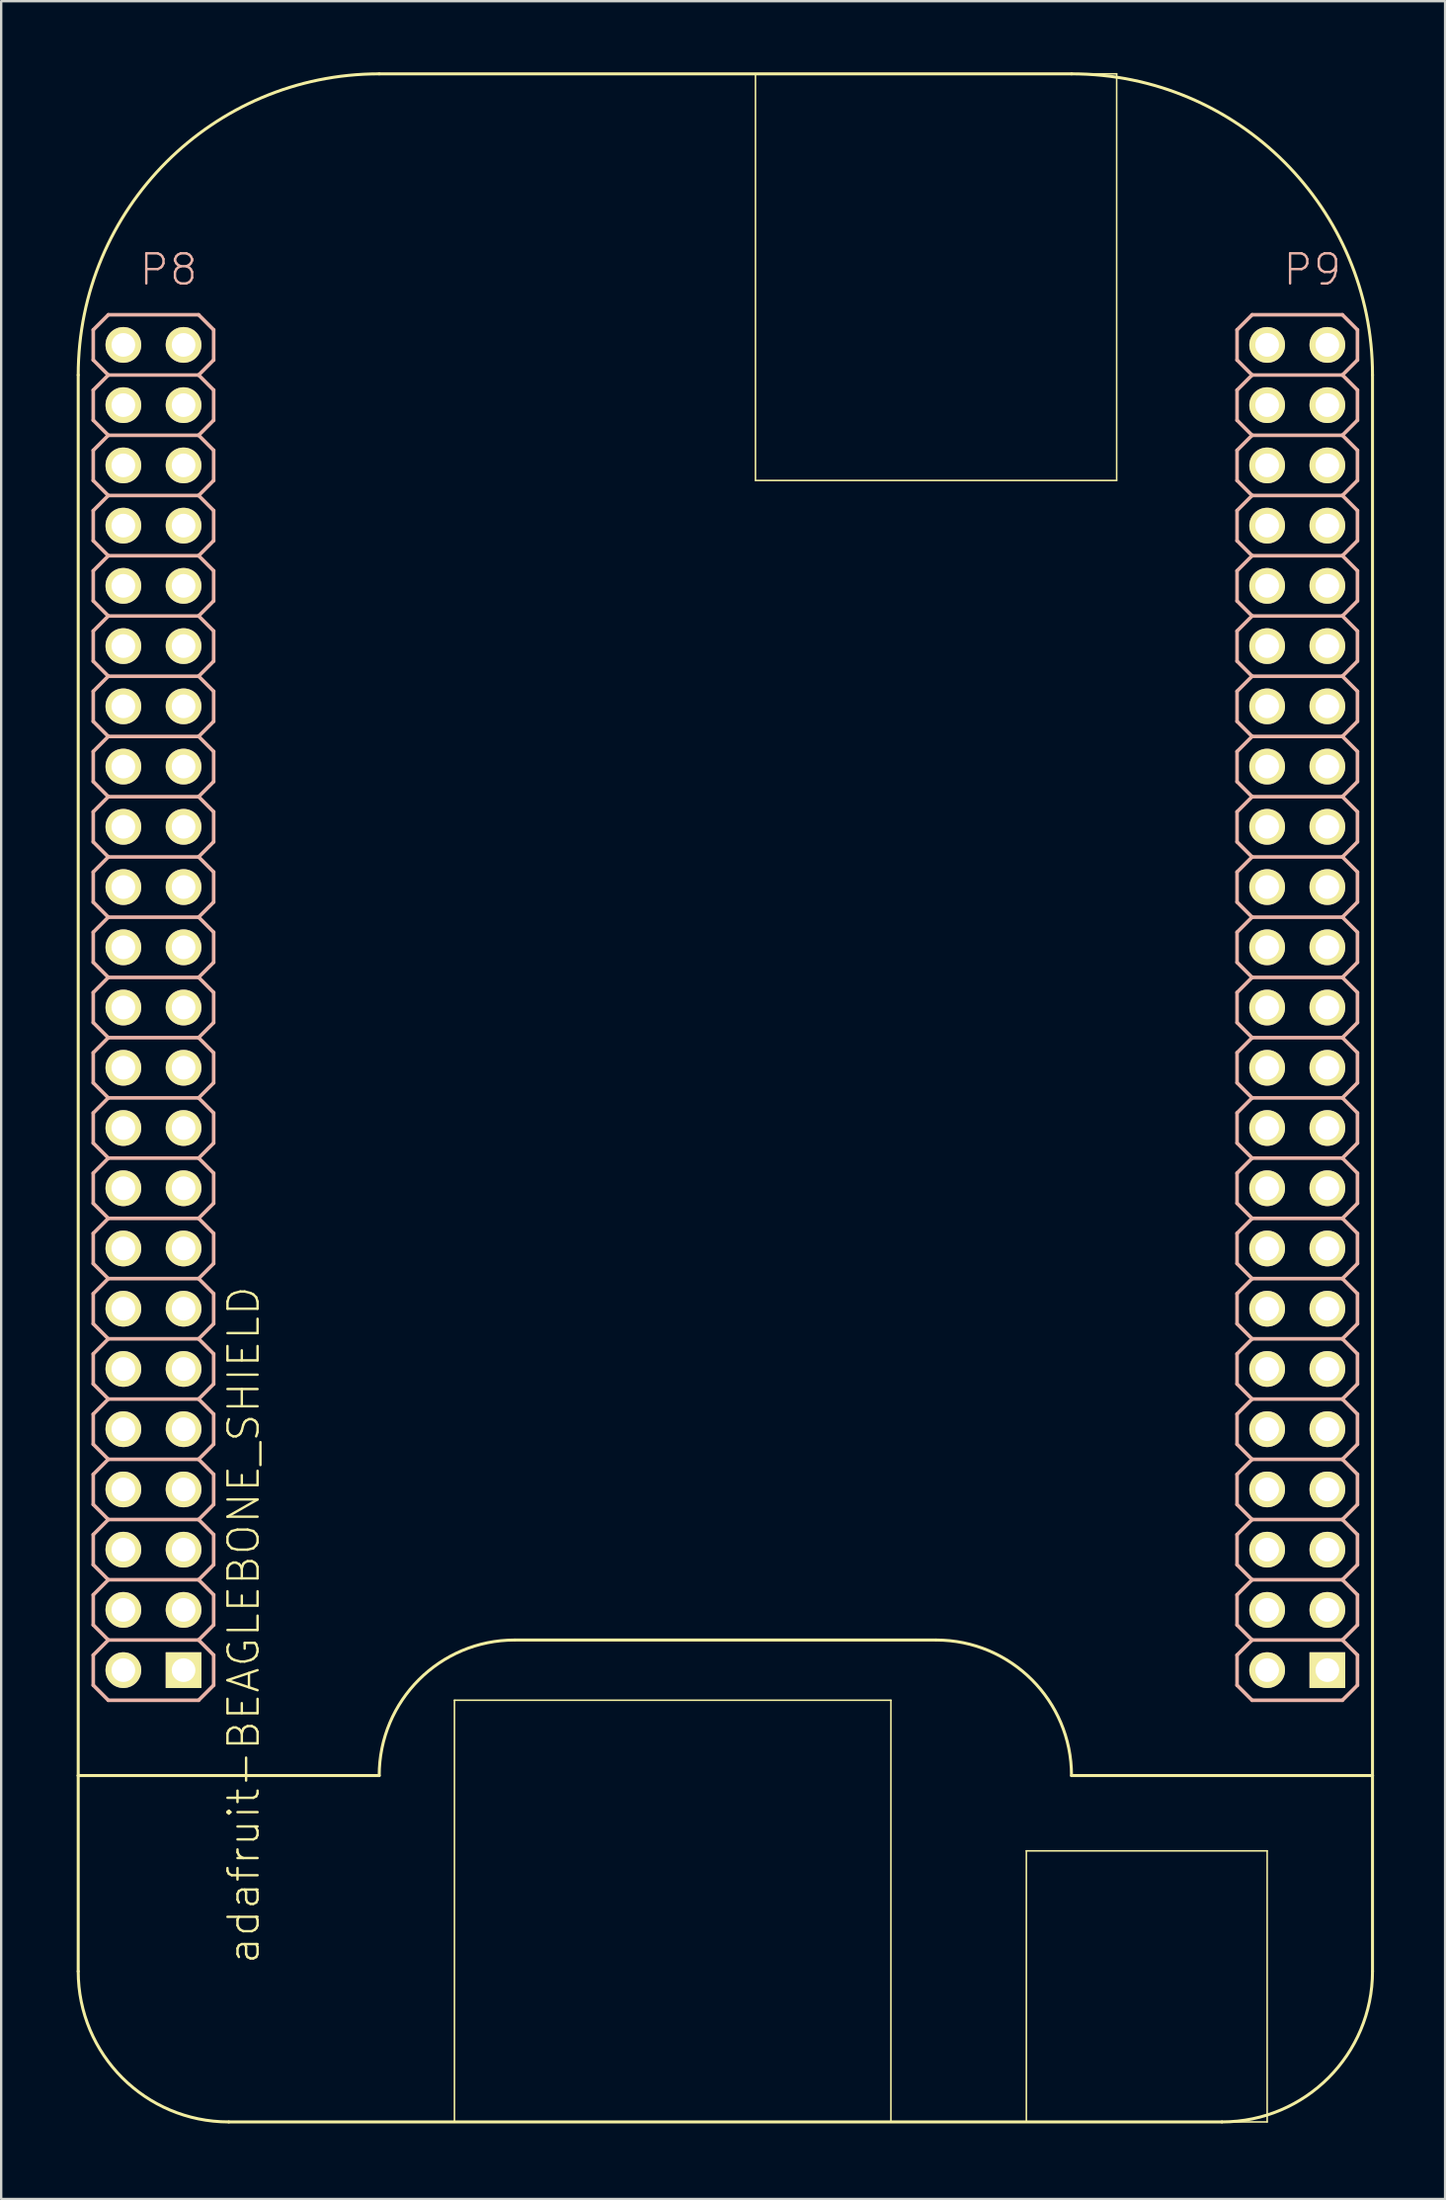
<source format=kicad_pcb>
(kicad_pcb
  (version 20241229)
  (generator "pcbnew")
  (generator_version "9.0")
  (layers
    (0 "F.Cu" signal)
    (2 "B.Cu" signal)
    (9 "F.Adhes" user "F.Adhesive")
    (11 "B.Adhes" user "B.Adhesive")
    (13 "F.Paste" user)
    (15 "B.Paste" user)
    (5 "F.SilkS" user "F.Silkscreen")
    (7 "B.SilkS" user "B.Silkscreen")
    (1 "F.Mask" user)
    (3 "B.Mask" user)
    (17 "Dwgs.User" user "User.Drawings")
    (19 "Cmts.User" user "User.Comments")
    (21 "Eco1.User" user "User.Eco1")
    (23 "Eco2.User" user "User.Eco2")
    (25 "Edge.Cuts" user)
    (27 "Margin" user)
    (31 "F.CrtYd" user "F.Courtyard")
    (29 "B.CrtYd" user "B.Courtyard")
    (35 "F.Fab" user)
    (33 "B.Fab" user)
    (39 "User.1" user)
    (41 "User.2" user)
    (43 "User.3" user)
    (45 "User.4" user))
  (footprint "adafruit-BEAGLEBONE_SHIELD"
    (layer "F.Cu")
    (at 0.25 86.424)
    (property "Reference" "adafruit-BEAGLEBONE_SHIELD" (at 6.985 -20.955 90) (layer "F.SilkS") (effects (font (size 1.27 1.27) (thickness 0.102))))
    (attr exclude_from_pos_files exclude_from_bom)
    (fp_line (start 0 -73.66) (end 0 -14.605) (stroke (width 0.127) (type solid)) (layer "F.SilkS"))
    (fp_line (start 0 -14.605) (end 0 -6.35) (stroke (width 0.127) (type solid)) (layer "F.SilkS"))
    (fp_line (start 0 -14.605) (end 12.7 -14.605) (stroke (width 0.127) (type solid)) (layer "F.SilkS"))
    (fp_line (start 1.651 -75.184) (end 2.159 -75.184) (stroke (width 0.066) (type solid)) (layer "F.SilkS"))
    (fp_line (start 1.651 -74.676) (end 1.651 -75.184) (stroke (width 0.066) (type solid)) (layer "F.SilkS"))
    (fp_line (start 1.651 -74.676) (end 2.159 -74.676) (stroke (width 0.066) (type solid)) (layer "F.SilkS"))
    (fp_line (start 1.651 -72.644) (end 2.159 -72.644) (stroke (width 0.066) (type solid)) (layer "F.SilkS"))
    (fp_line (start 1.651 -72.136) (end 1.651 -72.644) (stroke (width 0.066) (type solid)) (layer "F.SilkS"))
    (fp_line (start 1.651 -72.136) (end 2.159 -72.136) (stroke (width 0.066) (type solid)) (layer "F.SilkS"))
    (fp_line (start 1.651 -70.101) (end 2.159 -70.101) (stroke (width 0.066) (type solid)) (layer "F.SilkS"))
    (fp_line (start 1.651 -69.596) (end 1.651 -70.101) (stroke (width 0.066) (type solid)) (layer "F.SilkS"))
    (fp_line (start 1.651 -69.596) (end 2.159 -69.596) (stroke (width 0.066) (type solid)) (layer "F.SilkS"))
    (fp_line (start 1.651 -67.564) (end 2.159 -67.564) (stroke (width 0.066) (type solid)) (layer "F.SilkS"))
    (fp_line (start 1.651 -67.056) (end 1.651 -67.564) (stroke (width 0.066) (type solid)) (layer "F.SilkS"))
    (fp_line (start 1.651 -67.056) (end 2.159 -67.056) (stroke (width 0.066) (type solid)) (layer "F.SilkS"))
    (fp_line (start 1.651 -65.024) (end 2.159 -65.024) (stroke (width 0.066) (type solid)) (layer "F.SilkS"))
    (fp_line (start 1.651 -64.516) (end 1.651 -65.024) (stroke (width 0.066) (type solid)) (layer "F.SilkS"))
    (fp_line (start 1.651 -64.516) (end 2.159 -64.516) (stroke (width 0.066) (type solid)) (layer "F.SilkS"))
    (fp_line (start 1.651 -62.484) (end 2.159 -62.484) (stroke (width 0.066) (type solid)) (layer "F.SilkS"))
    (fp_line (start 1.651 -61.976) (end 1.651 -62.484) (stroke (width 0.066) (type solid)) (layer "F.SilkS"))
    (fp_line (start 1.651 -61.976) (end 2.159 -61.976) (stroke (width 0.066) (type solid)) (layer "F.SilkS"))
    (fp_line (start 1.651 -59.944) (end 2.159 -59.944) (stroke (width 0.066) (type solid)) (layer "F.SilkS"))
    (fp_line (start 1.651 -59.436) (end 1.651 -59.944) (stroke (width 0.066) (type solid)) (layer "F.SilkS"))
    (fp_line (start 1.651 -59.436) (end 2.159 -59.436) (stroke (width 0.066) (type solid)) (layer "F.SilkS"))
    (fp_line (start 1.651 -57.401) (end 2.159 -57.401) (stroke (width 0.066) (type solid)) (layer "F.SilkS"))
    (fp_line (start 1.651 -56.896) (end 1.651 -57.401) (stroke (width 0.066) (type solid)) (layer "F.SilkS"))
    (fp_line (start 1.651 -56.896) (end 2.159 -56.896) (stroke (width 0.066) (type solid)) (layer "F.SilkS"))
    (fp_line (start 1.651 -54.864) (end 2.159 -54.864) (stroke (width 0.066) (type solid)) (layer "F.SilkS"))
    (fp_line (start 1.651 -54.356) (end 1.651 -54.864) (stroke (width 0.066) (type solid)) (layer "F.SilkS"))
    (fp_line (start 1.651 -54.356) (end 2.159 -54.356) (stroke (width 0.066) (type solid)) (layer "F.SilkS"))
    (fp_line (start 1.651 -52.324) (end 2.159 -52.324) (stroke (width 0.066) (type solid)) (layer "F.SilkS"))
    (fp_line (start 1.651 -51.816) (end 1.651 -52.324) (stroke (width 0.066) (type solid)) (layer "F.SilkS"))
    (fp_line (start 1.651 -51.816) (end 2.159 -51.816) (stroke (width 0.066) (type solid)) (layer "F.SilkS"))
    (fp_line (start 1.651 -49.784) (end 2.159 -49.784) (stroke (width 0.066) (type solid)) (layer "F.SilkS"))
    (fp_line (start 1.651 -49.276) (end 1.651 -49.784) (stroke (width 0.066) (type solid)) (layer "F.SilkS"))
    (fp_line (start 1.651 -49.276) (end 2.159 -49.276) (stroke (width 0.066) (type solid)) (layer "F.SilkS"))
    (fp_line (start 1.651 -47.244) (end 2.159 -47.244) (stroke (width 0.066) (type solid)) (layer "F.SilkS"))
    (fp_line (start 1.651 -46.736) (end 1.651 -47.244) (stroke (width 0.066) (type solid)) (layer "F.SilkS"))
    (fp_line (start 1.651 -46.736) (end 2.159 -46.736) (stroke (width 0.066) (type solid)) (layer "F.SilkS"))
    (fp_line (start 1.651 -44.704) (end 2.159 -44.704) (stroke (width 0.066) (type solid)) (layer "F.SilkS"))
    (fp_line (start 1.651 -44.196) (end 1.651 -44.704) (stroke (width 0.066) (type solid)) (layer "F.SilkS"))
    (fp_line (start 1.651 -44.196) (end 2.159 -44.196) (stroke (width 0.066) (type solid)) (layer "F.SilkS"))
    (fp_line (start 1.651 -42.164) (end 2.159 -42.164) (stroke (width 0.066) (type solid)) (layer "F.SilkS"))
    (fp_line (start 1.651 -41.656) (end 1.651 -42.164) (stroke (width 0.066) (type solid)) (layer "F.SilkS"))
    (fp_line (start 1.651 -41.656) (end 2.159 -41.656) (stroke (width 0.066) (type solid)) (layer "F.SilkS"))
    (fp_line (start 1.651 -39.624) (end 2.159 -39.624) (stroke (width 0.066) (type solid)) (layer "F.SilkS"))
    (fp_line (start 1.651 -39.116) (end 1.651 -39.624) (stroke (width 0.066) (type solid)) (layer "F.SilkS"))
    (fp_line (start 1.651 -39.116) (end 2.159 -39.116) (stroke (width 0.066) (type solid)) (layer "F.SilkS"))
    (fp_line (start 1.651 -37.084) (end 2.159 -37.084) (stroke (width 0.066) (type solid)) (layer "F.SilkS"))
    (fp_line (start 1.651 -36.576) (end 1.651 -37.084) (stroke (width 0.066) (type solid)) (layer "F.SilkS"))
    (fp_line (start 1.651 -36.576) (end 2.159 -36.576) (stroke (width 0.066) (type solid)) (layer "F.SilkS"))
    (fp_line (start 1.651 -34.544) (end 2.159 -34.544) (stroke (width 0.066) (type solid)) (layer "F.SilkS"))
    (fp_line (start 1.651 -34.036) (end 1.651 -34.544) (stroke (width 0.066) (type solid)) (layer "F.SilkS"))
    (fp_line (start 1.651 -34.036) (end 2.159 -34.036) (stroke (width 0.066) (type solid)) (layer "F.SilkS"))
    (fp_line (start 1.651 -32.004) (end 2.159 -32.004) (stroke (width 0.066) (type solid)) (layer "F.SilkS"))
    (fp_line (start 1.651 -31.496) (end 1.651 -32.004) (stroke (width 0.066) (type solid)) (layer "F.SilkS"))
    (fp_line (start 1.651 -31.496) (end 2.159 -31.496) (stroke (width 0.066) (type solid)) (layer "F.SilkS"))
    (fp_line (start 1.651 -29.464) (end 2.159 -29.464) (stroke (width 0.066) (type solid)) (layer "F.SilkS"))
    (fp_line (start 1.651 -28.953) (end 1.651 -29.464) (stroke (width 0.066) (type solid)) (layer "F.SilkS"))
    (fp_line (start 1.651 -28.953) (end 2.159 -28.953) (stroke (width 0.066) (type solid)) (layer "F.SilkS"))
    (fp_line (start 1.651 -26.924) (end 2.159 -26.924) (stroke (width 0.066) (type solid)) (layer "F.SilkS"))
    (fp_line (start 1.651 -26.416) (end 1.651 -26.924) (stroke (width 0.066) (type solid)) (layer "F.SilkS"))
    (fp_line (start 1.651 -26.416) (end 2.159 -26.416) (stroke (width 0.066) (type solid)) (layer "F.SilkS"))
    (fp_line (start 1.651 -24.384) (end 2.159 -24.384) (stroke (width 0.066) (type solid)) (layer "F.SilkS"))
    (fp_line (start 1.651 -23.876) (end 1.651 -24.384) (stroke (width 0.066) (type solid)) (layer "F.SilkS"))
    (fp_line (start 1.651 -23.876) (end 2.159 -23.876) (stroke (width 0.066) (type solid)) (layer "F.SilkS"))
    (fp_line (start 1.651 -21.844) (end 2.159 -21.844) (stroke (width 0.066) (type solid)) (layer "F.SilkS"))
    (fp_line (start 1.651 -21.336) (end 1.651 -21.844) (stroke (width 0.066) (type solid)) (layer "F.SilkS"))
    (fp_line (start 1.651 -21.336) (end 2.159 -21.336) (stroke (width 0.066) (type solid)) (layer "F.SilkS"))
    (fp_line (start 1.651 -19.304) (end 2.159 -19.304) (stroke (width 0.066) (type solid)) (layer "F.SilkS"))
    (fp_line (start 1.651 -18.796) (end 1.651 -19.304) (stroke (width 0.066) (type solid)) (layer "F.SilkS"))
    (fp_line (start 1.651 -18.796) (end 2.159 -18.796) (stroke (width 0.066) (type solid)) (layer "F.SilkS"))
    (fp_line (start 2.159 -74.676) (end 2.159 -75.184) (stroke (width 0.066) (type solid)) (layer "F.SilkS"))
    (fp_line (start 2.159 -72.136) (end 2.159 -72.644) (stroke (width 0.066) (type solid)) (layer "F.SilkS"))
    (fp_line (start 2.159 -69.596) (end 2.159 -70.101) (stroke (width 0.066) (type solid)) (layer "F.SilkS"))
    (fp_line (start 2.159 -67.056) (end 2.159 -67.564) (stroke (width 0.066) (type solid)) (layer "F.SilkS"))
    (fp_line (start 2.159 -64.516) (end 2.159 -65.024) (stroke (width 0.066) (type solid)) (layer "F.SilkS"))
    (fp_line (start 2.159 -61.976) (end 2.159 -62.484) (stroke (width 0.066) (type solid)) (layer "F.SilkS"))
    (fp_line (start 2.159 -59.436) (end 2.159 -59.944) (stroke (width 0.066) (type solid)) (layer "F.SilkS"))
    (fp_line (start 2.159 -56.896) (end 2.159 -57.401) (stroke (width 0.066) (type solid)) (layer "F.SilkS"))
    (fp_line (start 2.159 -54.356) (end 2.159 -54.864) (stroke (width 0.066) (type solid)) (layer "F.SilkS"))
    (fp_line (start 2.159 -51.816) (end 2.159 -52.324) (stroke (width 0.066) (type solid)) (layer "F.SilkS"))
    (fp_line (start 2.159 -49.276) (end 2.159 -49.784) (stroke (width 0.066) (type solid)) (layer "F.SilkS"))
    (fp_line (start 2.159 -46.736) (end 2.159 -47.244) (stroke (width 0.066) (type solid)) (layer "F.SilkS"))
    (fp_line (start 2.159 -44.196) (end 2.159 -44.704) (stroke (width 0.066) (type solid)) (layer "F.SilkS"))
    (fp_line (start 2.159 -41.656) (end 2.159 -42.164) (stroke (width 0.066) (type solid)) (layer "F.SilkS"))
    (fp_line (start 2.159 -39.116) (end 2.159 -39.624) (stroke (width 0.066) (type solid)) (layer "F.SilkS"))
    (fp_line (start 2.159 -36.576) (end 2.159 -37.084) (stroke (width 0.066) (type solid)) (layer "F.SilkS"))
    (fp_line (start 2.159 -34.036) (end 2.159 -34.544) (stroke (width 0.066) (type solid)) (layer "F.SilkS"))
    (fp_line (start 2.159 -31.496) (end 2.159 -32.004) (stroke (width 0.066) (type solid)) (layer "F.SilkS"))
    (fp_line (start 2.159 -28.953) (end 2.159 -29.464) (stroke (width 0.066) (type solid)) (layer "F.SilkS"))
    (fp_line (start 2.159 -26.416) (end 2.159 -26.924) (stroke (width 0.066) (type solid)) (layer "F.SilkS"))
    (fp_line (start 2.159 -23.876) (end 2.159 -24.384) (stroke (width 0.066) (type solid)) (layer "F.SilkS"))
    (fp_line (start 2.159 -21.336) (end 2.159 -21.844) (stroke (width 0.066) (type solid)) (layer "F.SilkS"))
    (fp_line (start 2.159 -18.796) (end 2.159 -19.304) (stroke (width 0.066) (type solid)) (layer "F.SilkS"))
    (fp_line (start 4.191 -75.184) (end 4.699 -75.184) (stroke (width 0.066) (type solid)) (layer "F.SilkS"))
    (fp_line (start 4.191 -74.676) (end 4.191 -75.184) (stroke (width 0.066) (type solid)) (layer "F.SilkS"))
    (fp_line (start 4.191 -74.676) (end 4.699 -74.676) (stroke (width 0.066) (type solid)) (layer "F.SilkS"))
    (fp_line (start 4.191 -72.644) (end 4.699 -72.644) (stroke (width 0.066) (type solid)) (layer "F.SilkS"))
    (fp_line (start 4.191 -72.136) (end 4.191 -72.644) (stroke (width 0.066) (type solid)) (layer "F.SilkS"))
    (fp_line (start 4.191 -72.136) (end 4.699 -72.136) (stroke (width 0.066) (type solid)) (layer "F.SilkS"))
    (fp_line (start 4.191 -70.101) (end 4.699 -70.101) (stroke (width 0.066) (type solid)) (layer "F.SilkS"))
    (fp_line (start 4.191 -69.596) (end 4.191 -70.101) (stroke (width 0.066) (type solid)) (layer "F.SilkS"))
    (fp_line (start 4.191 -69.596) (end 4.699 -69.596) (stroke (width 0.066) (type solid)) (layer "F.SilkS"))
    (fp_line (start 4.191 -67.564) (end 4.699 -67.564) (stroke (width 0.066) (type solid)) (layer "F.SilkS"))
    (fp_line (start 4.191 -67.056) (end 4.191 -67.564) (stroke (width 0.066) (type solid)) (layer "F.SilkS"))
    (fp_line (start 4.191 -67.056) (end 4.699 -67.056) (stroke (width 0.066) (type solid)) (layer "F.SilkS"))
    (fp_line (start 4.191 -65.024) (end 4.699 -65.024) (stroke (width 0.066) (type solid)) (layer "F.SilkS"))
    (fp_line (start 4.191 -64.516) (end 4.191 -65.024) (stroke (width 0.066) (type solid)) (layer "F.SilkS"))
    (fp_line (start 4.191 -64.516) (end 4.699 -64.516) (stroke (width 0.066) (type solid)) (layer "F.SilkS"))
    (fp_line (start 4.191 -62.484) (end 4.699 -62.484) (stroke (width 0.066) (type solid)) (layer "F.SilkS"))
    (fp_line (start 4.191 -61.976) (end 4.191 -62.484) (stroke (width 0.066) (type solid)) (layer "F.SilkS"))
    (fp_line (start 4.191 -61.976) (end 4.699 -61.976) (stroke (width 0.066) (type solid)) (layer "F.SilkS"))
    (fp_line (start 4.191 -59.944) (end 4.699 -59.944) (stroke (width 0.066) (type solid)) (layer "F.SilkS"))
    (fp_line (start 4.191 -59.436) (end 4.191 -59.944) (stroke (width 0.066) (type solid)) (layer "F.SilkS"))
    (fp_line (start 4.191 -59.436) (end 4.699 -59.436) (stroke (width 0.066) (type solid)) (layer "F.SilkS"))
    (fp_line (start 4.191 -57.401) (end 4.699 -57.401) (stroke (width 0.066) (type solid)) (layer "F.SilkS"))
    (fp_line (start 4.191 -56.896) (end 4.191 -57.401) (stroke (width 0.066) (type solid)) (layer "F.SilkS"))
    (fp_line (start 4.191 -56.896) (end 4.699 -56.896) (stroke (width 0.066) (type solid)) (layer "F.SilkS"))
    (fp_line (start 4.191 -54.864) (end 4.699 -54.864) (stroke (width 0.066) (type solid)) (layer "F.SilkS"))
    (fp_line (start 4.191 -54.356) (end 4.191 -54.864) (stroke (width 0.066) (type solid)) (layer "F.SilkS"))
    (fp_line (start 4.191 -54.356) (end 4.699 -54.356) (stroke (width 0.066) (type solid)) (layer "F.SilkS"))
    (fp_line (start 4.191 -52.324) (end 4.699 -52.324) (stroke (width 0.066) (type solid)) (layer "F.SilkS"))
    (fp_line (start 4.191 -51.816) (end 4.191 -52.324) (stroke (width 0.066) (type solid)) (layer "F.SilkS"))
    (fp_line (start 4.191 -51.816) (end 4.699 -51.816) (stroke (width 0.066) (type solid)) (layer "F.SilkS"))
    (fp_line (start 4.191 -49.784) (end 4.699 -49.784) (stroke (width 0.066) (type solid)) (layer "F.SilkS"))
    (fp_line (start 4.191 -49.276) (end 4.191 -49.784) (stroke (width 0.066) (type solid)) (layer "F.SilkS"))
    (fp_line (start 4.191 -49.276) (end 4.699 -49.276) (stroke (width 0.066) (type solid)) (layer "F.SilkS"))
    (fp_line (start 4.191 -47.244) (end 4.699 -47.244) (stroke (width 0.066) (type solid)) (layer "F.SilkS"))
    (fp_line (start 4.191 -46.736) (end 4.191 -47.244) (stroke (width 0.066) (type solid)) (layer "F.SilkS"))
    (fp_line (start 4.191 -46.736) (end 4.699 -46.736) (stroke (width 0.066) (type solid)) (layer "F.SilkS"))
    (fp_line (start 4.191 -44.704) (end 4.699 -44.704) (stroke (width 0.066) (type solid)) (layer "F.SilkS"))
    (fp_line (start 4.191 -44.196) (end 4.191 -44.704) (stroke (width 0.066) (type solid)) (layer "F.SilkS"))
    (fp_line (start 4.191 -44.196) (end 4.699 -44.196) (stroke (width 0.066) (type solid)) (layer "F.SilkS"))
    (fp_line (start 4.191 -42.164) (end 4.699 -42.164) (stroke (width 0.066) (type solid)) (layer "F.SilkS"))
    (fp_line (start 4.191 -41.656) (end 4.191 -42.164) (stroke (width 0.066) (type solid)) (layer "F.SilkS"))
    (fp_line (start 4.191 -41.656) (end 4.699 -41.656) (stroke (width 0.066) (type solid)) (layer "F.SilkS"))
    (fp_line (start 4.191 -39.624) (end 4.699 -39.624) (stroke (width 0.066) (type solid)) (layer "F.SilkS"))
    (fp_line (start 4.191 -39.116) (end 4.191 -39.624) (stroke (width 0.066) (type solid)) (layer "F.SilkS"))
    (fp_line (start 4.191 -39.116) (end 4.699 -39.116) (stroke (width 0.066) (type solid)) (layer "F.SilkS"))
    (fp_line (start 4.191 -37.084) (end 4.699 -37.084) (stroke (width 0.066) (type solid)) (layer "F.SilkS"))
    (fp_line (start 4.191 -36.576) (end 4.191 -37.084) (stroke (width 0.066) (type solid)) (layer "F.SilkS"))
    (fp_line (start 4.191 -36.576) (end 4.699 -36.576) (stroke (width 0.066) (type solid)) (layer "F.SilkS"))
    (fp_line (start 4.191 -34.544) (end 4.699 -34.544) (stroke (width 0.066) (type solid)) (layer "F.SilkS"))
    (fp_line (start 4.191 -34.036) (end 4.191 -34.544) (stroke (width 0.066) (type solid)) (layer "F.SilkS"))
    (fp_line (start 4.191 -34.036) (end 4.699 -34.036) (stroke (width 0.066) (type solid)) (layer "F.SilkS"))
    (fp_line (start 4.191 -32.004) (end 4.699 -32.004) (stroke (width 0.066) (type solid)) (layer "F.SilkS"))
    (fp_line (start 4.191 -31.496) (end 4.191 -32.004) (stroke (width 0.066) (type solid)) (layer "F.SilkS"))
    (fp_line (start 4.191 -31.496) (end 4.699 -31.496) (stroke (width 0.066) (type solid)) (layer "F.SilkS"))
    (fp_line (start 4.191 -29.464) (end 4.699 -29.464) (stroke (width 0.066) (type solid)) (layer "F.SilkS"))
    (fp_line (start 4.191 -28.953) (end 4.191 -29.464) (stroke (width 0.066) (type solid)) (layer "F.SilkS"))
    (fp_line (start 4.191 -28.953) (end 4.699 -28.953) (stroke (width 0.066) (type solid)) (layer "F.SilkS"))
    (fp_line (start 4.191 -26.924) (end 4.699 -26.924) (stroke (width 0.066) (type solid)) (layer "F.SilkS"))
    (fp_line (start 4.191 -26.416) (end 4.191 -26.924) (stroke (width 0.066) (type solid)) (layer "F.SilkS"))
    (fp_line (start 4.191 -26.416) (end 4.699 -26.416) (stroke (width 0.066) (type solid)) (layer "F.SilkS"))
    (fp_line (start 4.191 -24.384) (end 4.699 -24.384) (stroke (width 0.066) (type solid)) (layer "F.SilkS"))
    (fp_line (start 4.191 -23.876) (end 4.191 -24.384) (stroke (width 0.066) (type solid)) (layer "F.SilkS"))
    (fp_line (start 4.191 -23.876) (end 4.699 -23.876) (stroke (width 0.066) (type solid)) (layer "F.SilkS"))
    (fp_line (start 4.191 -21.844) (end 4.699 -21.844) (stroke (width 0.066) (type solid)) (layer "F.SilkS"))
    (fp_line (start 4.191 -21.336) (end 4.191 -21.844) (stroke (width 0.066) (type solid)) (layer "F.SilkS"))
    (fp_line (start 4.191 -21.336) (end 4.699 -21.336) (stroke (width 0.066) (type solid)) (layer "F.SilkS"))
    (fp_line (start 4.191 -19.304) (end 4.699 -19.304) (stroke (width 0.066) (type solid)) (layer "F.SilkS"))
    (fp_line (start 4.191 -18.796) (end 4.191 -19.304) (stroke (width 0.066) (type solid)) (layer "F.SilkS"))
    (fp_line (start 4.191 -18.796) (end 4.699 -18.796) (stroke (width 0.066) (type solid)) (layer "F.SilkS"))
    (fp_line (start 4.699 -74.676) (end 4.699 -75.184) (stroke (width 0.066) (type solid)) (layer "F.SilkS"))
    (fp_line (start 4.699 -72.136) (end 4.699 -72.644) (stroke (width 0.066) (type solid)) (layer "F.SilkS"))
    (fp_line (start 4.699 -69.596) (end 4.699 -70.101) (stroke (width 0.066) (type solid)) (layer "F.SilkS"))
    (fp_line (start 4.699 -67.056) (end 4.699 -67.564) (stroke (width 0.066) (type solid)) (layer "F.SilkS"))
    (fp_line (start 4.699 -64.516) (end 4.699 -65.024) (stroke (width 0.066) (type solid)) (layer "F.SilkS"))
    (fp_line (start 4.699 -61.976) (end 4.699 -62.484) (stroke (width 0.066) (type solid)) (layer "F.SilkS"))
    (fp_line (start 4.699 -59.436) (end 4.699 -59.944) (stroke (width 0.066) (type solid)) (layer "F.SilkS"))
    (fp_line (start 4.699 -56.896) (end 4.699 -57.401) (stroke (width 0.066) (type solid)) (layer "F.SilkS"))
    (fp_line (start 4.699 -54.356) (end 4.699 -54.864) (stroke (width 0.066) (type solid)) (layer "F.SilkS"))
    (fp_line (start 4.699 -51.816) (end 4.699 -52.324) (stroke (width 0.066) (type solid)) (layer "F.SilkS"))
    (fp_line (start 4.699 -49.276) (end 4.699 -49.784) (stroke (width 0.066) (type solid)) (layer "F.SilkS"))
    (fp_line (start 4.699 -46.736) (end 4.699 -47.244) (stroke (width 0.066) (type solid)) (layer "F.SilkS"))
    (fp_line (start 4.699 -44.196) (end 4.699 -44.704) (stroke (width 0.066) (type solid)) (layer "F.SilkS"))
    (fp_line (start 4.699 -41.656) (end 4.699 -42.164) (stroke (width 0.066) (type solid)) (layer "F.SilkS"))
    (fp_line (start 4.699 -39.116) (end 4.699 -39.624) (stroke (width 0.066) (type solid)) (layer "F.SilkS"))
    (fp_line (start 4.699 -36.576) (end 4.699 -37.084) (stroke (width 0.066) (type solid)) (layer "F.SilkS"))
    (fp_line (start 4.699 -34.036) (end 4.699 -34.544) (stroke (width 0.066) (type solid)) (layer "F.SilkS"))
    (fp_line (start 4.699 -31.496) (end 4.699 -32.004) (stroke (width 0.066) (type solid)) (layer "F.SilkS"))
    (fp_line (start 4.699 -28.953) (end 4.699 -29.464) (stroke (width 0.066) (type solid)) (layer "F.SilkS"))
    (fp_line (start 4.699 -26.416) (end 4.699 -26.924) (stroke (width 0.066) (type solid)) (layer "F.SilkS"))
    (fp_line (start 4.699 -23.876) (end 4.699 -24.384) (stroke (width 0.066) (type solid)) (layer "F.SilkS"))
    (fp_line (start 4.699 -21.336) (end 4.699 -21.844) (stroke (width 0.066) (type solid)) (layer "F.SilkS"))
    (fp_line (start 4.699 -18.796) (end 4.699 -19.304) (stroke (width 0.066) (type solid)) (layer "F.SilkS"))
    (fp_line (start 6.35 0) (end 48.26 0) (stroke (width 0.127) (type solid)) (layer "F.SilkS"))
    (fp_line (start 12.7 -86.36) (end 41.91 -86.36) (stroke (width 0.127) (type solid)) (layer "F.SilkS"))
    (fp_line (start 15.875 -17.78) (end 34.29 -17.78) (stroke (width 0.066) (type solid)) (layer "F.SilkS"))
    (fp_line (start 15.875 0) (end 15.875 -17.78) (stroke (width 0.066) (type solid)) (layer "F.SilkS"))
    (fp_line (start 15.875 0) (end 34.29 0) (stroke (width 0.066) (type solid)) (layer "F.SilkS"))
    (fp_line (start 18.415 -20.32) (end 36.195 -20.32) (stroke (width 0.127) (type solid)) (layer "F.SilkS"))
    (fp_line (start 28.575 -86.36) (end 43.815 -86.36) (stroke (width 0.066) (type solid)) (layer "F.SilkS"))
    (fp_line (start 28.575 -69.215) (end 28.575 -86.36) (stroke (width 0.066) (type solid)) (layer "F.SilkS"))
    (fp_line (start 28.575 -69.215) (end 43.815 -69.215) (stroke (width 0.066) (type solid)) (layer "F.SilkS"))
    (fp_line (start 34.29 0) (end 34.29 -17.78) (stroke (width 0.066) (type solid)) (layer "F.SilkS"))
    (fp_line (start 40.005 -11.43) (end 50.165 -11.43) (stroke (width 0.066) (type solid)) (layer "F.SilkS"))
    (fp_line (start 40.005 0) (end 40.005 -11.43) (stroke (width 0.066) (type solid)) (layer "F.SilkS"))
    (fp_line (start 40.005 0) (end 50.165 0) (stroke (width 0.066) (type solid)) (layer "F.SilkS"))
    (fp_line (start 41.91 -14.605) (end 54.61 -14.605) (stroke (width 0.127) (type solid)) (layer "F.SilkS"))
    (fp_line (start 43.815 -69.215) (end 43.815 -86.36) (stroke (width 0.066) (type solid)) (layer "F.SilkS"))
    (fp_line (start 49.911 -75.184) (end 50.419 -75.184) (stroke (width 0.066) (type solid)) (layer "F.SilkS"))
    (fp_line (start 49.911 -74.676) (end 49.911 -75.184) (stroke (width 0.066) (type solid)) (layer "F.SilkS"))
    (fp_line (start 49.911 -74.676) (end 50.419 -74.676) (stroke (width 0.066) (type solid)) (layer "F.SilkS"))
    (fp_line (start 49.911 -72.644) (end 50.419 -72.644) (stroke (width 0.066) (type solid)) (layer "F.SilkS"))
    (fp_line (start 49.911 -72.136) (end 49.911 -72.644) (stroke (width 0.066) (type solid)) (layer "F.SilkS"))
    (fp_line (start 49.911 -72.136) (end 50.419 -72.136) (stroke (width 0.066) (type solid)) (layer "F.SilkS"))
    (fp_line (start 49.911 -70.101) (end 50.419 -70.101) (stroke (width 0.066) (type solid)) (layer "F.SilkS"))
    (fp_line (start 49.911 -69.596) (end 49.911 -70.101) (stroke (width 0.066) (type solid)) (layer "F.SilkS"))
    (fp_line (start 49.911 -69.596) (end 50.419 -69.596) (stroke (width 0.066) (type solid)) (layer "F.SilkS"))
    (fp_line (start 49.911 -67.564) (end 50.419 -67.564) (stroke (width 0.066) (type solid)) (layer "F.SilkS"))
    (fp_line (start 49.911 -67.056) (end 49.911 -67.564) (stroke (width 0.066) (type solid)) (layer "F.SilkS"))
    (fp_line (start 49.911 -67.056) (end 50.419 -67.056) (stroke (width 0.066) (type solid)) (layer "F.SilkS"))
    (fp_line (start 49.911 -65.024) (end 50.419 -65.024) (stroke (width 0.066) (type solid)) (layer "F.SilkS"))
    (fp_line (start 49.911 -64.516) (end 49.911 -65.024) (stroke (width 0.066) (type solid)) (layer "F.SilkS"))
    (fp_line (start 49.911 -64.516) (end 50.419 -64.516) (stroke (width 0.066) (type solid)) (layer "F.SilkS"))
    (fp_line (start 49.911 -62.484) (end 50.419 -62.484) (stroke (width 0.066) (type solid)) (layer "F.SilkS"))
    (fp_line (start 49.911 -61.976) (end 49.911 -62.484) (stroke (width 0.066) (type solid)) (layer "F.SilkS"))
    (fp_line (start 49.911 -61.976) (end 50.419 -61.976) (stroke (width 0.066) (type solid)) (layer "F.SilkS"))
    (fp_line (start 49.911 -59.944) (end 50.419 -59.944) (stroke (width 0.066) (type solid)) (layer "F.SilkS"))
    (fp_line (start 49.911 -59.436) (end 49.911 -59.944) (stroke (width 0.066) (type solid)) (layer "F.SilkS"))
    (fp_line (start 49.911 -59.436) (end 50.419 -59.436) (stroke (width 0.066) (type solid)) (layer "F.SilkS"))
    (fp_line (start 49.911 -57.401) (end 50.419 -57.401) (stroke (width 0.066) (type solid)) (layer "F.SilkS"))
    (fp_line (start 49.911 -56.896) (end 49.911 -57.401) (stroke (width 0.066) (type solid)) (layer "F.SilkS"))
    (fp_line (start 49.911 -56.896) (end 50.419 -56.896) (stroke (width 0.066) (type solid)) (layer "F.SilkS"))
    (fp_line (start 49.911 -54.864) (end 50.419 -54.864) (stroke (width 0.066) (type solid)) (layer "F.SilkS"))
    (fp_line (start 49.911 -54.356) (end 49.911 -54.864) (stroke (width 0.066) (type solid)) (layer "F.SilkS"))
    (fp_line (start 49.911 -54.356) (end 50.419 -54.356) (stroke (width 0.066) (type solid)) (layer "F.SilkS"))
    (fp_line (start 49.911 -52.324) (end 50.419 -52.324) (stroke (width 0.066) (type solid)) (layer "F.SilkS"))
    (fp_line (start 49.911 -51.816) (end 49.911 -52.324) (stroke (width 0.066) (type solid)) (layer "F.SilkS"))
    (fp_line (start 49.911 -51.816) (end 50.419 -51.816) (stroke (width 0.066) (type solid)) (layer "F.SilkS"))
    (fp_line (start 49.911 -49.784) (end 50.419 -49.784) (stroke (width 0.066) (type solid)) (layer "F.SilkS"))
    (fp_line (start 49.911 -49.276) (end 49.911 -49.784) (stroke (width 0.066) (type solid)) (layer "F.SilkS"))
    (fp_line (start 49.911 -49.276) (end 50.419 -49.276) (stroke (width 0.066) (type solid)) (layer "F.SilkS"))
    (fp_line (start 49.911 -47.244) (end 50.419 -47.244) (stroke (width 0.066) (type solid)) (layer "F.SilkS"))
    (fp_line (start 49.911 -46.736) (end 49.911 -47.244) (stroke (width 0.066) (type solid)) (layer "F.SilkS"))
    (fp_line (start 49.911 -46.736) (end 50.419 -46.736) (stroke (width 0.066) (type solid)) (layer "F.SilkS"))
    (fp_line (start 49.911 -44.704) (end 50.419 -44.704) (stroke (width 0.066) (type solid)) (layer "F.SilkS"))
    (fp_line (start 49.911 -44.196) (end 49.911 -44.704) (stroke (width 0.066) (type solid)) (layer "F.SilkS"))
    (fp_line (start 49.911 -44.196) (end 50.419 -44.196) (stroke (width 0.066) (type solid)) (layer "F.SilkS"))
    (fp_line (start 49.911 -42.164) (end 50.419 -42.164) (stroke (width 0.066) (type solid)) (layer "F.SilkS"))
    (fp_line (start 49.911 -41.656) (end 49.911 -42.164) (stroke (width 0.066) (type solid)) (layer "F.SilkS"))
    (fp_line (start 49.911 -41.656) (end 50.419 -41.656) (stroke (width 0.066) (type solid)) (layer "F.SilkS"))
    (fp_line (start 49.911 -39.624) (end 50.419 -39.624) (stroke (width 0.066) (type solid)) (layer "F.SilkS"))
    (fp_line (start 49.911 -39.116) (end 49.911 -39.624) (stroke (width 0.066) (type solid)) (layer "F.SilkS"))
    (fp_line (start 49.911 -39.116) (end 50.419 -39.116) (stroke (width 0.066) (type solid)) (layer "F.SilkS"))
    (fp_line (start 49.911 -37.084) (end 50.419 -37.084) (stroke (width 0.066) (type solid)) (layer "F.SilkS"))
    (fp_line (start 49.911 -36.576) (end 49.911 -37.084) (stroke (width 0.066) (type solid)) (layer "F.SilkS"))
    (fp_line (start 49.911 -36.576) (end 50.419 -36.576) (stroke (width 0.066) (type solid)) (layer "F.SilkS"))
    (fp_line (start 49.911 -34.544) (end 50.419 -34.544) (stroke (width 0.066) (type solid)) (layer "F.SilkS"))
    (fp_line (start 49.911 -34.036) (end 49.911 -34.544) (stroke (width 0.066) (type solid)) (layer "F.SilkS"))
    (fp_line (start 49.911 -34.036) (end 50.419 -34.036) (stroke (width 0.066) (type solid)) (layer "F.SilkS"))
    (fp_line (start 49.911 -32.004) (end 50.419 -32.004) (stroke (width 0.066) (type solid)) (layer "F.SilkS"))
    (fp_line (start 49.911 -31.496) (end 49.911 -32.004) (stroke (width 0.066) (type solid)) (layer "F.SilkS"))
    (fp_line (start 49.911 -31.496) (end 50.419 -31.496) (stroke (width 0.066) (type solid)) (layer "F.SilkS"))
    (fp_line (start 49.911 -29.464) (end 50.419 -29.464) (stroke (width 0.066) (type solid)) (layer "F.SilkS"))
    (fp_line (start 49.911 -28.953) (end 49.911 -29.464) (stroke (width 0.066) (type solid)) (layer "F.SilkS"))
    (fp_line (start 49.911 -28.953) (end 50.419 -28.953) (stroke (width 0.066) (type solid)) (layer "F.SilkS"))
    (fp_line (start 49.911 -26.924) (end 50.419 -26.924) (stroke (width 0.066) (type solid)) (layer "F.SilkS"))
    (fp_line (start 49.911 -26.416) (end 49.911 -26.924) (stroke (width 0.066) (type solid)) (layer "F.SilkS"))
    (fp_line (start 49.911 -26.416) (end 50.419 -26.416) (stroke (width 0.066) (type solid)) (layer "F.SilkS"))
    (fp_line (start 49.911 -24.384) (end 50.419 -24.384) (stroke (width 0.066) (type solid)) (layer "F.SilkS"))
    (fp_line (start 49.911 -23.876) (end 49.911 -24.384) (stroke (width 0.066) (type solid)) (layer "F.SilkS"))
    (fp_line (start 49.911 -23.876) (end 50.419 -23.876) (stroke (width 0.066) (type solid)) (layer "F.SilkS"))
    (fp_line (start 49.911 -21.844) (end 50.419 -21.844) (stroke (width 0.066) (type solid)) (layer "F.SilkS"))
    (fp_line (start 49.911 -21.336) (end 49.911 -21.844) (stroke (width 0.066) (type solid)) (layer "F.SilkS"))
    (fp_line (start 49.911 -21.336) (end 50.419 -21.336) (stroke (width 0.066) (type solid)) (layer "F.SilkS"))
    (fp_line (start 49.911 -19.304) (end 50.419 -19.304) (stroke (width 0.066) (type solid)) (layer "F.SilkS"))
    (fp_line (start 49.911 -18.796) (end 49.911 -19.304) (stroke (width 0.066) (type solid)) (layer "F.SilkS"))
    (fp_line (start 49.911 -18.796) (end 50.419 -18.796) (stroke (width 0.066) (type solid)) (layer "F.SilkS"))
    (fp_line (start 50.165 0) (end 50.165 -11.43) (stroke (width 0.066) (type solid)) (layer "F.SilkS"))
    (fp_line (start 50.419 -74.676) (end 50.419 -75.184) (stroke (width 0.066) (type solid)) (layer "F.SilkS"))
    (fp_line (start 50.419 -72.136) (end 50.419 -72.644) (stroke (width 0.066) (type solid)) (layer "F.SilkS"))
    (fp_line (start 50.419 -69.596) (end 50.419 -70.101) (stroke (width 0.066) (type solid)) (layer "F.SilkS"))
    (fp_line (start 50.419 -67.056) (end 50.419 -67.564) (stroke (width 0.066) (type solid)) (layer "F.SilkS"))
    (fp_line (start 50.419 -64.516) (end 50.419 -65.024) (stroke (width 0.066) (type solid)) (layer "F.SilkS"))
    (fp_line (start 50.419 -61.976) (end 50.419 -62.484) (stroke (width 0.066) (type solid)) (layer "F.SilkS"))
    (fp_line (start 50.419 -59.436) (end 50.419 -59.944) (stroke (width 0.066) (type solid)) (layer "F.SilkS"))
    (fp_line (start 50.419 -56.896) (end 50.419 -57.401) (stroke (width 0.066) (type solid)) (layer "F.SilkS"))
    (fp_line (start 50.419 -54.356) (end 50.419 -54.864) (stroke (width 0.066) (type solid)) (layer "F.SilkS"))
    (fp_line (start 50.419 -51.816) (end 50.419 -52.324) (stroke (width 0.066) (type solid)) (layer "F.SilkS"))
    (fp_line (start 50.419 -49.276) (end 50.419 -49.784) (stroke (width 0.066) (type solid)) (layer "F.SilkS"))
    (fp_line (start 50.419 -46.736) (end 50.419 -47.244) (stroke (width 0.066) (type solid)) (layer "F.SilkS"))
    (fp_line (start 50.419 -44.196) (end 50.419 -44.704) (stroke (width 0.066) (type solid)) (layer "F.SilkS"))
    (fp_line (start 50.419 -41.656) (end 50.419 -42.164) (stroke (width 0.066) (type solid)) (layer "F.SilkS"))
    (fp_line (start 50.419 -39.116) (end 50.419 -39.624) (stroke (width 0.066) (type solid)) (layer "F.SilkS"))
    (fp_line (start 50.419 -36.576) (end 50.419 -37.084) (stroke (width 0.066) (type solid)) (layer "F.SilkS"))
    (fp_line (start 50.419 -34.036) (end 50.419 -34.544) (stroke (width 0.066) (type solid)) (layer "F.SilkS"))
    (fp_line (start 50.419 -31.496) (end 50.419 -32.004) (stroke (width 0.066) (type solid)) (layer "F.SilkS"))
    (fp_line (start 50.419 -28.953) (end 50.419 -29.464) (stroke (width 0.066) (type solid)) (layer "F.SilkS"))
    (fp_line (start 50.419 -26.416) (end 50.419 -26.924) (stroke (width 0.066) (type solid)) (layer "F.SilkS"))
    (fp_line (start 50.419 -23.876) (end 50.419 -24.384) (stroke (width 0.066) (type solid)) (layer "F.SilkS"))
    (fp_line (start 50.419 -21.336) (end 50.419 -21.844) (stroke (width 0.066) (type solid)) (layer "F.SilkS"))
    (fp_line (start 50.419 -18.796) (end 50.419 -19.304) (stroke (width 0.066) (type solid)) (layer "F.SilkS"))
    (fp_line (start 52.451 -75.184) (end 52.959 -75.184) (stroke (width 0.066) (type solid)) (layer "F.SilkS"))
    (fp_line (start 52.451 -74.676) (end 52.451 -75.184) (stroke (width 0.066) (type solid)) (layer "F.SilkS"))
    (fp_line (start 52.451 -74.676) (end 52.959 -74.676) (stroke (width 0.066) (type solid)) (layer "F.SilkS"))
    (fp_line (start 52.451 -72.644) (end 52.959 -72.644) (stroke (width 0.066) (type solid)) (layer "F.SilkS"))
    (fp_line (start 52.451 -72.136) (end 52.451 -72.644) (stroke (width 0.066) (type solid)) (layer "F.SilkS"))
    (fp_line (start 52.451 -72.136) (end 52.959 -72.136) (stroke (width 0.066) (type solid)) (layer "F.SilkS"))
    (fp_line (start 52.451 -70.101) (end 52.959 -70.101) (stroke (width 0.066) (type solid)) (layer "F.SilkS"))
    (fp_line (start 52.451 -69.596) (end 52.451 -70.101) (stroke (width 0.066) (type solid)) (layer "F.SilkS"))
    (fp_line (start 52.451 -69.596) (end 52.959 -69.596) (stroke (width 0.066) (type solid)) (layer "F.SilkS"))
    (fp_line (start 52.451 -67.564) (end 52.959 -67.564) (stroke (width 0.066) (type solid)) (layer "F.SilkS"))
    (fp_line (start 52.451 -67.056) (end 52.451 -67.564) (stroke (width 0.066) (type solid)) (layer "F.SilkS"))
    (fp_line (start 52.451 -67.056) (end 52.959 -67.056) (stroke (width 0.066) (type solid)) (layer "F.SilkS"))
    (fp_line (start 52.451 -65.024) (end 52.959 -65.024) (stroke (width 0.066) (type solid)) (layer "F.SilkS"))
    (fp_line (start 52.451 -64.516) (end 52.451 -65.024) (stroke (width 0.066) (type solid)) (layer "F.SilkS"))
    (fp_line (start 52.451 -64.516) (end 52.959 -64.516) (stroke (width 0.066) (type solid)) (layer "F.SilkS"))
    (fp_line (start 52.451 -62.484) (end 52.959 -62.484) (stroke (width 0.066) (type solid)) (layer "F.SilkS"))
    (fp_line (start 52.451 -61.976) (end 52.451 -62.484) (stroke (width 0.066) (type solid)) (layer "F.SilkS"))
    (fp_line (start 52.451 -61.976) (end 52.959 -61.976) (stroke (width 0.066) (type solid)) (layer "F.SilkS"))
    (fp_line (start 52.451 -59.944) (end 52.959 -59.944) (stroke (width 0.066) (type solid)) (layer "F.SilkS"))
    (fp_line (start 52.451 -59.436) (end 52.451 -59.944) (stroke (width 0.066) (type solid)) (layer "F.SilkS"))
    (fp_line (start 52.451 -59.436) (end 52.959 -59.436) (stroke (width 0.066) (type solid)) (layer "F.SilkS"))
    (fp_line (start 52.451 -57.401) (end 52.959 -57.401) (stroke (width 0.066) (type solid)) (layer "F.SilkS"))
    (fp_line (start 52.451 -56.896) (end 52.451 -57.401) (stroke (width 0.066) (type solid)) (layer "F.SilkS"))
    (fp_line (start 52.451 -56.896) (end 52.959 -56.896) (stroke (width 0.066) (type solid)) (layer "F.SilkS"))
    (fp_line (start 52.451 -54.864) (end 52.959 -54.864) (stroke (width 0.066) (type solid)) (layer "F.SilkS"))
    (fp_line (start 52.451 -54.356) (end 52.451 -54.864) (stroke (width 0.066) (type solid)) (layer "F.SilkS"))
    (fp_line (start 52.451 -54.356) (end 52.959 -54.356) (stroke (width 0.066) (type solid)) (layer "F.SilkS"))
    (fp_line (start 52.451 -52.324) (end 52.959 -52.324) (stroke (width 0.066) (type solid)) (layer "F.SilkS"))
    (fp_line (start 52.451 -51.816) (end 52.451 -52.324) (stroke (width 0.066) (type solid)) (layer "F.SilkS"))
    (fp_line (start 52.451 -51.816) (end 52.959 -51.816) (stroke (width 0.066) (type solid)) (layer "F.SilkS"))
    (fp_line (start 52.451 -49.784) (end 52.959 -49.784) (stroke (width 0.066) (type solid)) (layer "F.SilkS"))
    (fp_line (start 52.451 -49.276) (end 52.451 -49.784) (stroke (width 0.066) (type solid)) (layer "F.SilkS"))
    (fp_line (start 52.451 -49.276) (end 52.959 -49.276) (stroke (width 0.066) (type solid)) (layer "F.SilkS"))
    (fp_line (start 52.451 -47.244) (end 52.959 -47.244) (stroke (width 0.066) (type solid)) (layer "F.SilkS"))
    (fp_line (start 52.451 -46.736) (end 52.451 -47.244) (stroke (width 0.066) (type solid)) (layer "F.SilkS"))
    (fp_line (start 52.451 -46.736) (end 52.959 -46.736) (stroke (width 0.066) (type solid)) (layer "F.SilkS"))
    (fp_line (start 52.451 -44.704) (end 52.959 -44.704) (stroke (width 0.066) (type solid)) (layer "F.SilkS"))
    (fp_line (start 52.451 -44.196) (end 52.451 -44.704) (stroke (width 0.066) (type solid)) (layer "F.SilkS"))
    (fp_line (start 52.451 -44.196) (end 52.959 -44.196) (stroke (width 0.066) (type solid)) (layer "F.SilkS"))
    (fp_line (start 52.451 -42.164) (end 52.959 -42.164) (stroke (width 0.066) (type solid)) (layer "F.SilkS"))
    (fp_line (start 52.451 -41.656) (end 52.451 -42.164) (stroke (width 0.066) (type solid)) (layer "F.SilkS"))
    (fp_line (start 52.451 -41.656) (end 52.959 -41.656) (stroke (width 0.066) (type solid)) (layer "F.SilkS"))
    (fp_line (start 52.451 -39.624) (end 52.959 -39.624) (stroke (width 0.066) (type solid)) (layer "F.SilkS"))
    (fp_line (start 52.451 -39.116) (end 52.451 -39.624) (stroke (width 0.066) (type solid)) (layer "F.SilkS"))
    (fp_line (start 52.451 -39.116) (end 52.959 -39.116) (stroke (width 0.066) (type solid)) (layer "F.SilkS"))
    (fp_line (start 52.451 -37.084) (end 52.959 -37.084) (stroke (width 0.066) (type solid)) (layer "F.SilkS"))
    (fp_line (start 52.451 -36.576) (end 52.451 -37.084) (stroke (width 0.066) (type solid)) (layer "F.SilkS"))
    (fp_line (start 52.451 -36.576) (end 52.959 -36.576) (stroke (width 0.066) (type solid)) (layer "F.SilkS"))
    (fp_line (start 52.451 -34.544) (end 52.959 -34.544) (stroke (width 0.066) (type solid)) (layer "F.SilkS"))
    (fp_line (start 52.451 -34.036) (end 52.451 -34.544) (stroke (width 0.066) (type solid)) (layer "F.SilkS"))
    (fp_line (start 52.451 -34.036) (end 52.959 -34.036) (stroke (width 0.066) (type solid)) (layer "F.SilkS"))
    (fp_line (start 52.451 -32.004) (end 52.959 -32.004) (stroke (width 0.066) (type solid)) (layer "F.SilkS"))
    (fp_line (start 52.451 -31.496) (end 52.451 -32.004) (stroke (width 0.066) (type solid)) (layer "F.SilkS"))
    (fp_line (start 52.451 -31.496) (end 52.959 -31.496) (stroke (width 0.066) (type solid)) (layer "F.SilkS"))
    (fp_line (start 52.451 -29.464) (end 52.959 -29.464) (stroke (width 0.066) (type solid)) (layer "F.SilkS"))
    (fp_line (start 52.451 -28.953) (end 52.451 -29.464) (stroke (width 0.066) (type solid)) (layer "F.SilkS"))
    (fp_line (start 52.451 -28.953) (end 52.959 -28.953) (stroke (width 0.066) (type solid)) (layer "F.SilkS"))
    (fp_line (start 52.451 -26.924) (end 52.959 -26.924) (stroke (width 0.066) (type solid)) (layer "F.SilkS"))
    (fp_line (start 52.451 -26.416) (end 52.451 -26.924) (stroke (width 0.066) (type solid)) (layer "F.SilkS"))
    (fp_line (start 52.451 -26.416) (end 52.959 -26.416) (stroke (width 0.066) (type solid)) (layer "F.SilkS"))
    (fp_line (start 52.451 -24.384) (end 52.959 -24.384) (stroke (width 0.066) (type solid)) (layer "F.SilkS"))
    (fp_line (start 52.451 -23.876) (end 52.451 -24.384) (stroke (width 0.066) (type solid)) (layer "F.SilkS"))
    (fp_line (start 52.451 -23.876) (end 52.959 -23.876) (stroke (width 0.066) (type solid)) (layer "F.SilkS"))
    (fp_line (start 52.451 -21.844) (end 52.959 -21.844) (stroke (width 0.066) (type solid)) (layer "F.SilkS"))
    (fp_line (start 52.451 -21.336) (end 52.451 -21.844) (stroke (width 0.066) (type solid)) (layer "F.SilkS"))
    (fp_line (start 52.451 -21.336) (end 52.959 -21.336) (stroke (width 0.066) (type solid)) (layer "F.SilkS"))
    (fp_line (start 52.451 -19.304) (end 52.959 -19.304) (stroke (width 0.066) (type solid)) (layer "F.SilkS"))
    (fp_line (start 52.451 -18.796) (end 52.451 -19.304) (stroke (width 0.066) (type solid)) (layer "F.SilkS"))
    (fp_line (start 52.451 -18.796) (end 52.959 -18.796) (stroke (width 0.066) (type solid)) (layer "F.SilkS"))
    (fp_line (start 52.959 -74.676) (end 52.959 -75.184) (stroke (width 0.066) (type solid)) (layer "F.SilkS"))
    (fp_line (start 52.959 -72.136) (end 52.959 -72.644) (stroke (width 0.066) (type solid)) (layer "F.SilkS"))
    (fp_line (start 52.959 -69.596) (end 52.959 -70.101) (stroke (width 0.066) (type solid)) (layer "F.SilkS"))
    (fp_line (start 52.959 -67.056) (end 52.959 -67.564) (stroke (width 0.066) (type solid)) (layer "F.SilkS"))
    (fp_line (start 52.959 -64.516) (end 52.959 -65.024) (stroke (width 0.066) (type solid)) (layer "F.SilkS"))
    (fp_line (start 52.959 -61.976) (end 52.959 -62.484) (stroke (width 0.066) (type solid)) (layer "F.SilkS"))
    (fp_line (start 52.959 -59.436) (end 52.959 -59.944) (stroke (width 0.066) (type solid)) (layer "F.SilkS"))
    (fp_line (start 52.959 -56.896) (end 52.959 -57.401) (stroke (width 0.066) (type solid)) (layer "F.SilkS"))
    (fp_line (start 52.959 -54.356) (end 52.959 -54.864) (stroke (width 0.066) (type solid)) (layer "F.SilkS"))
    (fp_line (start 52.959 -51.816) (end 52.959 -52.324) (stroke (width 0.066) (type solid)) (layer "F.SilkS"))
    (fp_line (start 52.959 -49.276) (end 52.959 -49.784) (stroke (width 0.066) (type solid)) (layer "F.SilkS"))
    (fp_line (start 52.959 -46.736) (end 52.959 -47.244) (stroke (width 0.066) (type solid)) (layer "F.SilkS"))
    (fp_line (start 52.959 -44.196) (end 52.959 -44.704) (stroke (width 0.066) (type solid)) (layer "F.SilkS"))
    (fp_line (start 52.959 -41.656) (end 52.959 -42.164) (stroke (width 0.066) (type solid)) (layer "F.SilkS"))
    (fp_line (start 52.959 -39.116) (end 52.959 -39.624) (stroke (width 0.066) (type solid)) (layer "F.SilkS"))
    (fp_line (start 52.959 -36.576) (end 52.959 -37.084) (stroke (width 0.066) (type solid)) (layer "F.SilkS"))
    (fp_line (start 52.959 -34.036) (end 52.959 -34.544) (stroke (width 0.066) (type solid)) (layer "F.SilkS"))
    (fp_line (start 52.959 -31.496) (end 52.959 -32.004) (stroke (width 0.066) (type solid)) (layer "F.SilkS"))
    (fp_line (start 52.959 -28.953) (end 52.959 -29.464) (stroke (width 0.066) (type solid)) (layer "F.SilkS"))
    (fp_line (start 52.959 -26.416) (end 52.959 -26.924) (stroke (width 0.066) (type solid)) (layer "F.SilkS"))
    (fp_line (start 52.959 -23.876) (end 52.959 -24.384) (stroke (width 0.066) (type solid)) (layer "F.SilkS"))
    (fp_line (start 52.959 -21.336) (end 52.959 -21.844) (stroke (width 0.066) (type solid)) (layer "F.SilkS"))
    (fp_line (start 52.959 -18.796) (end 52.959 -19.304) (stroke (width 0.066) (type solid)) (layer "F.SilkS"))
    (fp_line (start 54.61 -73.66) (end 54.61 -14.605) (stroke (width 0.127) (type solid)) (layer "F.SilkS"))
    (fp_line (start 54.61 -14.605) (end 54.61 -6.35) (stroke (width 0.127) (type solid)) (layer "F.SilkS"))
    (fp_arc (start 0 -73.66) (mid 3.719744 -82.640256) (end 12.7 -86.36) (stroke (width 0.127) (type solid)) (layer "F.SilkS"))
    (fp_arc (start 6.35 0) (mid 1.859872 -1.859872) (end 0 -6.35) (stroke (width 0.127) (type solid)) (layer "F.SilkS"))
    (fp_arc (start 12.7 -14.605) (mid 14.373885 -18.646115) (end 18.415 -20.32) (stroke (width 0.127) (type solid)) (layer "F.SilkS"))
    (fp_arc (start 36.195 -20.32) (mid 40.236115 -18.646115) (end 41.91 -14.605) (stroke (width 0.127) (type solid)) (layer "F.SilkS"))
    (fp_arc (start 41.91 -86.36) (mid 50.890256 -82.640256) (end 54.61 -73.66) (stroke (width 0.127) (type solid)) (layer "F.SilkS"))
    (fp_arc (start 54.61 -6.35) (mid 52.750128 -1.859872) (end 48.26 0) (stroke (width 0.127) (type solid)) (layer "F.SilkS"))
    (fp_line (start 0.635 -75.565) (end 0.635 -74.295) (stroke (width 0.152) (type solid)) (layer "B.SilkS"))
    (fp_line (start 0.635 -75.565) (end 1.27 -76.2) (stroke (width 0.152) (type solid)) (layer "B.SilkS"))
    (fp_line (start 0.635 -73.025) (end 0.635 -71.755) (stroke (width 0.152) (type solid)) (layer "B.SilkS"))
    (fp_line (start 0.635 -73.025) (end 1.27 -73.66) (stroke (width 0.152) (type solid)) (layer "B.SilkS"))
    (fp_line (start 0.635 -70.485) (end 0.635 -69.215) (stroke (width 0.152) (type solid)) (layer "B.SilkS"))
    (fp_line (start 0.635 -70.485) (end 1.27 -71.12) (stroke (width 0.152) (type solid)) (layer "B.SilkS"))
    (fp_line (start 0.635 -67.945) (end 0.635 -66.675) (stroke (width 0.152) (type solid)) (layer "B.SilkS"))
    (fp_line (start 0.635 -67.945) (end 1.27 -68.58) (stroke (width 0.152) (type solid)) (layer "B.SilkS"))
    (fp_line (start 0.635 -65.405) (end 0.635 -64.135) (stroke (width 0.152) (type solid)) (layer "B.SilkS"))
    (fp_line (start 0.635 -65.405) (end 1.27 -66.04) (stroke (width 0.152) (type solid)) (layer "B.SilkS"))
    (fp_line (start 0.635 -62.865) (end 0.635 -61.595) (stroke (width 0.152) (type solid)) (layer "B.SilkS"))
    (fp_line (start 0.635 -62.865) (end 1.27 -63.5) (stroke (width 0.152) (type solid)) (layer "B.SilkS"))
    (fp_line (start 0.635 -60.325) (end 0.635 -59.055) (stroke (width 0.152) (type solid)) (layer "B.SilkS"))
    (fp_line (start 0.635 -60.325) (end 1.27 -60.96) (stroke (width 0.152) (type solid)) (layer "B.SilkS"))
    (fp_line (start 0.635 -57.785) (end 0.635 -56.515) (stroke (width 0.152) (type solid)) (layer "B.SilkS"))
    (fp_line (start 0.635 -57.785) (end 1.27 -58.42) (stroke (width 0.152) (type solid)) (layer "B.SilkS"))
    (fp_line (start 0.635 -55.245) (end 0.635 -53.975) (stroke (width 0.152) (type solid)) (layer "B.SilkS"))
    (fp_line (start 0.635 -55.245) (end 1.27 -55.88) (stroke (width 0.152) (type solid)) (layer "B.SilkS"))
    (fp_line (start 0.635 -52.705) (end 0.635 -51.435) (stroke (width 0.152) (type solid)) (layer "B.SilkS"))
    (fp_line (start 0.635 -52.705) (end 1.27 -53.34) (stroke (width 0.152) (type solid)) (layer "B.SilkS"))
    (fp_line (start 0.635 -50.165) (end 0.635 -48.895) (stroke (width 0.152) (type solid)) (layer "B.SilkS"))
    (fp_line (start 0.635 -50.165) (end 1.27 -50.8) (stroke (width 0.152) (type solid)) (layer "B.SilkS"))
    (fp_line (start 0.635 -46.355) (end 0.635 -47.625) (stroke (width 0.152) (type solid)) (layer "B.SilkS"))
    (fp_line (start 0.635 -45.085) (end 1.27 -45.72) (stroke (width 0.152) (type solid)) (layer "B.SilkS"))
    (fp_line (start 0.635 -43.815) (end 0.635 -45.085) (stroke (width 0.152) (type solid)) (layer "B.SilkS"))
    (fp_line (start 0.635 -42.545) (end 1.27 -43.18) (stroke (width 0.152) (type solid)) (layer "B.SilkS"))
    (fp_line (start 0.635 -41.275) (end 0.635 -42.545) (stroke (width 0.152) (type solid)) (layer "B.SilkS"))
    (fp_line (start 0.635 -40.005) (end 1.27 -40.64) (stroke (width 0.152) (type solid)) (layer "B.SilkS"))
    (fp_line (start 0.635 -38.735) (end 0.635 -40.005) (stroke (width 0.152) (type solid)) (layer "B.SilkS"))
    (fp_line (start 0.635 -37.465) (end 1.27 -38.1) (stroke (width 0.152) (type solid)) (layer "B.SilkS"))
    (fp_line (start 0.635 -36.195) (end 0.635 -37.465) (stroke (width 0.152) (type solid)) (layer "B.SilkS"))
    (fp_line (start 0.635 -34.925) (end 1.27 -35.56) (stroke (width 0.152) (type solid)) (layer "B.SilkS"))
    (fp_line (start 0.635 -33.655) (end 0.635 -34.925) (stroke (width 0.152) (type solid)) (layer "B.SilkS"))
    (fp_line (start 0.635 -32.385) (end 1.27 -33.02) (stroke (width 0.152) (type solid)) (layer "B.SilkS"))
    (fp_line (start 0.635 -31.115) (end 0.635 -32.385) (stroke (width 0.152) (type solid)) (layer "B.SilkS"))
    (fp_line (start 0.635 -29.845) (end 1.27 -30.48) (stroke (width 0.152) (type solid)) (layer "B.SilkS"))
    (fp_line (start 0.635 -28.575) (end 0.635 -29.845) (stroke (width 0.152) (type solid)) (layer "B.SilkS"))
    (fp_line (start 0.635 -27.305) (end 1.27 -27.94) (stroke (width 0.152) (type solid)) (layer "B.SilkS"))
    (fp_line (start 0.635 -26.035) (end 0.635 -27.305) (stroke (width 0.152) (type solid)) (layer "B.SilkS"))
    (fp_line (start 0.635 -24.765) (end 1.27 -25.4) (stroke (width 0.152) (type solid)) (layer "B.SilkS"))
    (fp_line (start 0.635 -23.495) (end 0.635 -24.765) (stroke (width 0.152) (type solid)) (layer "B.SilkS"))
    (fp_line (start 0.635 -22.225) (end 1.27 -22.86) (stroke (width 0.152) (type solid)) (layer "B.SilkS"))
    (fp_line (start 0.635 -20.955) (end 0.635 -22.225) (stroke (width 0.152) (type solid)) (layer "B.SilkS"))
    (fp_line (start 0.635 -19.685) (end 1.27 -20.32) (stroke (width 0.152) (type solid)) (layer "B.SilkS"))
    (fp_line (start 0.635 -18.415) (end 0.635 -19.685) (stroke (width 0.152) (type solid)) (layer "B.SilkS"))
    (fp_line (start 1.27 -76.2) (end 5.08 -76.2) (stroke (width 0.152) (type solid)) (layer "B.SilkS"))
    (fp_line (start 1.27 -73.66) (end 0.635 -74.295) (stroke (width 0.152) (type solid)) (layer "B.SilkS"))
    (fp_line (start 1.27 -73.66) (end 5.08 -73.66) (stroke (width 0.152) (type solid)) (layer "B.SilkS"))
    (fp_line (start 1.27 -71.12) (end 0.635 -71.755) (stroke (width 0.152) (type solid)) (layer "B.SilkS"))
    (fp_line (start 1.27 -71.12) (end 5.08 -71.12) (stroke (width 0.152) (type solid)) (layer "B.SilkS"))
    (fp_line (start 1.27 -68.58) (end 0.635 -69.215) (stroke (width 0.152) (type solid)) (layer "B.SilkS"))
    (fp_line (start 1.27 -68.58) (end 5.08 -68.58) (stroke (width 0.152) (type solid)) (layer "B.SilkS"))
    (fp_line (start 1.27 -66.04) (end 0.635 -66.675) (stroke (width 0.152) (type solid)) (layer "B.SilkS"))
    (fp_line (start 1.27 -66.04) (end 5.08 -66.04) (stroke (width 0.152) (type solid)) (layer "B.SilkS"))
    (fp_line (start 1.27 -63.5) (end 0.635 -64.135) (stroke (width 0.152) (type solid)) (layer "B.SilkS"))
    (fp_line (start 1.27 -63.5) (end 5.08 -63.5) (stroke (width 0.152) (type solid)) (layer "B.SilkS"))
    (fp_line (start 1.27 -60.96) (end 0.635 -61.595) (stroke (width 0.152) (type solid)) (layer "B.SilkS"))
    (fp_line (start 1.27 -60.96) (end 5.08 -60.96) (stroke (width 0.152) (type solid)) (layer "B.SilkS"))
    (fp_line (start 1.27 -58.42) (end 0.635 -59.055) (stroke (width 0.152) (type solid)) (layer "B.SilkS"))
    (fp_line (start 1.27 -58.42) (end 5.08 -58.42) (stroke (width 0.152) (type solid)) (layer "B.SilkS"))
    (fp_line (start 1.27 -55.88) (end 0.635 -56.515) (stroke (width 0.152) (type solid)) (layer "B.SilkS"))
    (fp_line (start 1.27 -55.88) (end 5.08 -55.88) (stroke (width 0.152) (type solid)) (layer "B.SilkS"))
    (fp_line (start 1.27 -53.34) (end 0.635 -53.975) (stroke (width 0.152) (type solid)) (layer "B.SilkS"))
    (fp_line (start 1.27 -53.34) (end 5.08 -53.34) (stroke (width 0.152) (type solid)) (layer "B.SilkS"))
    (fp_line (start 1.27 -50.8) (end 0.635 -51.435) (stroke (width 0.152) (type solid)) (layer "B.SilkS"))
    (fp_line (start 1.27 -50.8) (end 5.08 -50.8) (stroke (width 0.152) (type solid)) (layer "B.SilkS"))
    (fp_line (start 1.27 -48.26) (end 0.635 -48.895) (stroke (width 0.152) (type solid)) (layer "B.SilkS"))
    (fp_line (start 1.27 -48.26) (end 0.635 -47.625) (stroke (width 0.152) (type solid)) (layer "B.SilkS"))
    (fp_line (start 1.27 -48.26) (end 5.08 -48.26) (stroke (width 0.152) (type solid)) (layer "B.SilkS"))
    (fp_line (start 1.27 -45.72) (end 0.635 -46.355) (stroke (width 0.152) (type solid)) (layer "B.SilkS"))
    (fp_line (start 1.27 -45.72) (end 5.08 -45.72) (stroke (width 0.152) (type solid)) (layer "B.SilkS"))
    (fp_line (start 1.27 -43.18) (end 0.635 -43.815) (stroke (width 0.152) (type solid)) (layer "B.SilkS"))
    (fp_line (start 1.27 -43.18) (end 5.08 -43.18) (stroke (width 0.152) (type solid)) (layer "B.SilkS"))
    (fp_line (start 1.27 -40.64) (end 0.635 -41.275) (stroke (width 0.152) (type solid)) (layer "B.SilkS"))
    (fp_line (start 1.27 -40.64) (end 5.08 -40.64) (stroke (width 0.152) (type solid)) (layer "B.SilkS"))
    (fp_line (start 1.27 -38.1) (end 0.635 -38.735) (stroke (width 0.152) (type solid)) (layer "B.SilkS"))
    (fp_line (start 1.27 -38.1) (end 5.08 -38.1) (stroke (width 0.152) (type solid)) (layer "B.SilkS"))
    (fp_line (start 1.27 -35.56) (end 0.635 -36.195) (stroke (width 0.152) (type solid)) (layer "B.SilkS"))
    (fp_line (start 1.27 -35.56) (end 5.08 -35.56) (stroke (width 0.152) (type solid)) (layer "B.SilkS"))
    (fp_line (start 1.27 -33.02) (end 0.635 -33.655) (stroke (width 0.152) (type solid)) (layer "B.SilkS"))
    (fp_line (start 1.27 -33.02) (end 5.08 -33.02) (stroke (width 0.152) (type solid)) (layer "B.SilkS"))
    (fp_line (start 1.27 -30.48) (end 0.635 -31.115) (stroke (width 0.152) (type solid)) (layer "B.SilkS"))
    (fp_line (start 1.27 -30.48) (end 5.08 -30.48) (stroke (width 0.152) (type solid)) (layer "B.SilkS"))
    (fp_line (start 1.27 -27.94) (end 0.635 -28.575) (stroke (width 0.152) (type solid)) (layer "B.SilkS"))
    (fp_line (start 1.27 -27.94) (end 5.08 -27.94) (stroke (width 0.152) (type solid)) (layer "B.SilkS"))
    (fp_line (start 1.27 -25.4) (end 0.635 -26.035) (stroke (width 0.152) (type solid)) (layer "B.SilkS"))
    (fp_line (start 1.27 -25.4) (end 5.08 -25.4) (stroke (width 0.152) (type solid)) (layer "B.SilkS"))
    (fp_line (start 1.27 -22.86) (end 0.635 -23.495) (stroke (width 0.152) (type solid)) (layer "B.SilkS"))
    (fp_line (start 1.27 -22.86) (end 5.08 -22.86) (stroke (width 0.152) (type solid)) (layer "B.SilkS"))
    (fp_line (start 1.27 -20.32) (end 0.635 -20.955) (stroke (width 0.152) (type solid)) (layer "B.SilkS"))
    (fp_line (start 1.27 -20.32) (end 5.08 -20.32) (stroke (width 0.152) (type solid)) (layer "B.SilkS"))
    (fp_line (start 1.27 -17.78) (end 0.635 -18.415) (stroke (width 0.152) (type solid)) (layer "B.SilkS"))
    (fp_line (start 5.08 -76.2) (end 5.715 -75.565) (stroke (width 0.152) (type solid)) (layer "B.SilkS"))
    (fp_line (start 5.08 -73.66) (end 5.715 -73.025) (stroke (width 0.152) (type solid)) (layer "B.SilkS"))
    (fp_line (start 5.08 -71.12) (end 5.715 -70.485) (stroke (width 0.152) (type solid)) (layer "B.SilkS"))
    (fp_line (start 5.08 -68.58) (end 5.715 -67.945) (stroke (width 0.152) (type solid)) (layer "B.SilkS"))
    (fp_line (start 5.08 -66.04) (end 5.715 -65.405) (stroke (width 0.152) (type solid)) (layer "B.SilkS"))
    (fp_line (start 5.08 -63.5) (end 5.715 -62.865) (stroke (width 0.152) (type solid)) (layer "B.SilkS"))
    (fp_line (start 5.08 -60.96) (end 5.715 -60.325) (stroke (width 0.152) (type solid)) (layer "B.SilkS"))
    (fp_line (start 5.08 -58.42) (end 5.715 -57.785) (stroke (width 0.152) (type solid)) (layer "B.SilkS"))
    (fp_line (start 5.08 -55.88) (end 5.715 -55.245) (stroke (width 0.152) (type solid)) (layer "B.SilkS"))
    (fp_line (start 5.08 -53.34) (end 5.715 -52.705) (stroke (width 0.152) (type solid)) (layer "B.SilkS"))
    (fp_line (start 5.08 -50.8) (end 5.715 -51.435) (stroke (width 0.152) (type solid)) (layer "B.SilkS"))
    (fp_line (start 5.08 -50.8) (end 5.715 -50.165) (stroke (width 0.152) (type solid)) (layer "B.SilkS"))
    (fp_line (start 5.08 -48.26) (end 5.715 -48.895) (stroke (width 0.152) (type solid)) (layer "B.SilkS"))
    (fp_line (start 5.08 -48.26) (end 5.715 -47.625) (stroke (width 0.152) (type solid)) (layer "B.SilkS"))
    (fp_line (start 5.08 -45.72) (end 5.715 -46.355) (stroke (width 0.152) (type solid)) (layer "B.SilkS"))
    (fp_line (start 5.08 -45.72) (end 5.715 -45.085) (stroke (width 0.152) (type solid)) (layer "B.SilkS"))
    (fp_line (start 5.08 -43.18) (end 5.715 -43.815) (stroke (width 0.152) (type solid)) (layer "B.SilkS"))
    (fp_line (start 5.08 -43.18) (end 5.715 -42.545) (stroke (width 0.152) (type solid)) (layer "B.SilkS"))
    (fp_line (start 5.08 -40.64) (end 5.715 -41.275) (stroke (width 0.152) (type solid)) (layer "B.SilkS"))
    (fp_line (start 5.08 -40.64) (end 5.715 -40.005) (stroke (width 0.152) (type solid)) (layer "B.SilkS"))
    (fp_line (start 5.08 -38.1) (end 5.715 -38.735) (stroke (width 0.152) (type solid)) (layer "B.SilkS"))
    (fp_line (start 5.08 -38.1) (end 5.715 -37.465) (stroke (width 0.152) (type solid)) (layer "B.SilkS"))
    (fp_line (start 5.08 -35.56) (end 5.715 -36.195) (stroke (width 0.152) (type solid)) (layer "B.SilkS"))
    (fp_line (start 5.08 -35.56) (end 5.715 -34.925) (stroke (width 0.152) (type solid)) (layer "B.SilkS"))
    (fp_line (start 5.08 -33.02) (end 5.715 -33.655) (stroke (width 0.152) (type solid)) (layer "B.SilkS"))
    (fp_line (start 5.08 -30.48) (end 5.715 -31.115) (stroke (width 0.152) (type solid)) (layer "B.SilkS"))
    (fp_line (start 5.08 -27.94) (end 5.715 -28.575) (stroke (width 0.152) (type solid)) (layer "B.SilkS"))
    (fp_line (start 5.08 -25.4) (end 5.715 -26.035) (stroke (width 0.152) (type solid)) (layer "B.SilkS"))
    (fp_line (start 5.08 -22.86) (end 5.715 -23.495) (stroke (width 0.152) (type solid)) (layer "B.SilkS"))
    (fp_line (start 5.08 -20.32) (end 5.715 -20.955) (stroke (width 0.152) (type solid)) (layer "B.SilkS"))
    (fp_line (start 5.08 -17.78) (end 1.27 -17.78) (stroke (width 0.152) (type solid)) (layer "B.SilkS"))
    (fp_line (start 5.08 -17.78) (end 5.715 -18.415) (stroke (width 0.152) (type solid)) (layer "B.SilkS"))
    (fp_line (start 5.715 -74.295) (end 5.08 -73.66) (stroke (width 0.152) (type solid)) (layer "B.SilkS"))
    (fp_line (start 5.715 -74.295) (end 5.715 -75.565) (stroke (width 0.152) (type solid)) (layer "B.SilkS"))
    (fp_line (start 5.715 -71.755) (end 5.08 -71.12) (stroke (width 0.152) (type solid)) (layer "B.SilkS"))
    (fp_line (start 5.715 -71.755) (end 5.715 -73.025) (stroke (width 0.152) (type solid)) (layer "B.SilkS"))
    (fp_line (start 5.715 -69.215) (end 5.08 -68.58) (stroke (width 0.152) (type solid)) (layer "B.SilkS"))
    (fp_line (start 5.715 -69.215) (end 5.715 -70.485) (stroke (width 0.152) (type solid)) (layer "B.SilkS"))
    (fp_line (start 5.715 -66.675) (end 5.08 -66.04) (stroke (width 0.152) (type solid)) (layer "B.SilkS"))
    (fp_line (start 5.715 -66.675) (end 5.715 -67.945) (stroke (width 0.152) (type solid)) (layer "B.SilkS"))
    (fp_line (start 5.715 -64.135) (end 5.08 -63.5) (stroke (width 0.152) (type solid)) (layer "B.SilkS"))
    (fp_line (start 5.715 -64.135) (end 5.715 -65.405) (stroke (width 0.152) (type solid)) (layer "B.SilkS"))
    (fp_line (start 5.715 -61.595) (end 5.08 -60.96) (stroke (width 0.152) (type solid)) (layer "B.SilkS"))
    (fp_line (start 5.715 -61.595) (end 5.715 -62.865) (stroke (width 0.152) (type solid)) (layer "B.SilkS"))
    (fp_line (start 5.715 -59.055) (end 5.08 -58.42) (stroke (width 0.152) (type solid)) (layer "B.SilkS"))
    (fp_line (start 5.715 -59.055) (end 5.715 -60.325) (stroke (width 0.152) (type solid)) (layer "B.SilkS"))
    (fp_line (start 5.715 -56.515) (end 5.08 -55.88) (stroke (width 0.152) (type solid)) (layer "B.SilkS"))
    (fp_line (start 5.715 -56.515) (end 5.715 -57.785) (stroke (width 0.152) (type solid)) (layer "B.SilkS"))
    (fp_line (start 5.715 -53.975) (end 5.08 -53.34) (stroke (width 0.152) (type solid)) (layer "B.SilkS"))
    (fp_line (start 5.715 -53.975) (end 5.715 -55.245) (stroke (width 0.152) (type solid)) (layer "B.SilkS"))
    (fp_line (start 5.715 -52.705) (end 5.715 -51.435) (stroke (width 0.152) (type solid)) (layer "B.SilkS"))
    (fp_line (start 5.715 -50.165) (end 5.715 -48.895) (stroke (width 0.152) (type solid)) (layer "B.SilkS"))
    (fp_line (start 5.715 -47.625) (end 5.715 -46.355) (stroke (width 0.152) (type solid)) (layer "B.SilkS"))
    (fp_line (start 5.715 -45.085) (end 5.715 -43.815) (stroke (width 0.152) (type solid)) (layer "B.SilkS"))
    (fp_line (start 5.715 -42.545) (end 5.715 -41.275) (stroke (width 0.152) (type solid)) (layer "B.SilkS"))
    (fp_line (start 5.715 -40.005) (end 5.715 -38.735) (stroke (width 0.152) (type solid)) (layer "B.SilkS"))
    (fp_line (start 5.715 -37.465) (end 5.715 -36.195) (stroke (width 0.152) (type solid)) (layer "B.SilkS"))
    (fp_line (start 5.715 -34.925) (end 5.715 -33.655) (stroke (width 0.152) (type solid)) (layer "B.SilkS"))
    (fp_line (start 5.715 -32.385) (end 5.08 -33.02) (stroke (width 0.152) (type solid)) (layer "B.SilkS"))
    (fp_line (start 5.715 -31.115) (end 5.715 -32.385) (stroke (width 0.152) (type solid)) (layer "B.SilkS"))
    (fp_line (start 5.715 -29.845) (end 5.08 -30.48) (stroke (width 0.152) (type solid)) (layer "B.SilkS"))
    (fp_line (start 5.715 -28.575) (end 5.715 -29.845) (stroke (width 0.152) (type solid)) (layer "B.SilkS"))
    (fp_line (start 5.715 -27.305) (end 5.08 -27.94) (stroke (width 0.152) (type solid)) (layer "B.SilkS"))
    (fp_line (start 5.715 -26.035) (end 5.715 -27.305) (stroke (width 0.152) (type solid)) (layer "B.SilkS"))
    (fp_line (start 5.715 -24.765) (end 5.08 -25.4) (stroke (width 0.152) (type solid)) (layer "B.SilkS"))
    (fp_line (start 5.715 -23.495) (end 5.715 -24.765) (stroke (width 0.152) (type solid)) (layer "B.SilkS"))
    (fp_line (start 5.715 -22.225) (end 5.08 -22.86) (stroke (width 0.152) (type solid)) (layer "B.SilkS"))
    (fp_line (start 5.715 -20.955) (end 5.715 -22.225) (stroke (width 0.152) (type solid)) (layer "B.SilkS"))
    (fp_line (start 5.715 -19.685) (end 5.08 -20.32) (stroke (width 0.152) (type solid)) (layer "B.SilkS"))
    (fp_line (start 5.715 -18.415) (end 5.715 -19.685) (stroke (width 0.152) (type solid)) (layer "B.SilkS"))
    (fp_line (start 48.895 -75.565) (end 48.895 -74.295) (stroke (width 0.152) (type solid)) (layer "B.SilkS"))
    (fp_line (start 48.895 -75.565) (end 49.53 -76.2) (stroke (width 0.152) (type solid)) (layer "B.SilkS"))
    (fp_line (start 48.895 -73.025) (end 48.895 -71.755) (stroke (width 0.152) (type solid)) (layer "B.SilkS"))
    (fp_line (start 48.895 -73.025) (end 49.53 -73.66) (stroke (width 0.152) (type solid)) (layer "B.SilkS"))
    (fp_line (start 48.895 -70.485) (end 48.895 -69.215) (stroke (width 0.152) (type solid)) (layer "B.SilkS"))
    (fp_line (start 48.895 -70.485) (end 49.53 -71.12) (stroke (width 0.152) (type solid)) (layer "B.SilkS"))
    (fp_line (start 48.895 -67.945) (end 48.895 -66.675) (stroke (width 0.152) (type solid)) (layer "B.SilkS"))
    (fp_line (start 48.895 -67.945) (end 49.53 -68.58) (stroke (width 0.152) (type solid)) (layer "B.SilkS"))
    (fp_line (start 48.895 -65.405) (end 48.895 -64.135) (stroke (width 0.152) (type solid)) (layer "B.SilkS"))
    (fp_line (start 48.895 -65.405) (end 49.53 -66.04) (stroke (width 0.152) (type solid)) (layer "B.SilkS"))
    (fp_line (start 48.895 -62.865) (end 48.895 -61.595) (stroke (width 0.152) (type solid)) (layer "B.SilkS"))
    (fp_line (start 48.895 -62.865) (end 49.53 -63.5) (stroke (width 0.152) (type solid)) (layer "B.SilkS"))
    (fp_line (start 48.895 -60.325) (end 48.895 -59.055) (stroke (width 0.152) (type solid)) (layer "B.SilkS"))
    (fp_line (start 48.895 -60.325) (end 49.53 -60.96) (stroke (width 0.152) (type solid)) (layer "B.SilkS"))
    (fp_line (start 48.895 -57.785) (end 48.895 -56.515) (stroke (width 0.152) (type solid)) (layer "B.SilkS"))
    (fp_line (start 48.895 -57.785) (end 49.53 -58.42) (stroke (width 0.152) (type solid)) (layer "B.SilkS"))
    (fp_line (start 48.895 -55.245) (end 48.895 -53.975) (stroke (width 0.152) (type solid)) (layer "B.SilkS"))
    (fp_line (start 48.895 -55.245) (end 49.53 -55.88) (stroke (width 0.152) (type solid)) (layer "B.SilkS"))
    (fp_line (start 48.895 -52.705) (end 48.895 -51.435) (stroke (width 0.152) (type solid)) (layer "B.SilkS"))
    (fp_line (start 48.895 -52.705) (end 49.53 -53.34) (stroke (width 0.152) (type solid)) (layer "B.SilkS"))
    (fp_line (start 48.895 -50.165) (end 48.895 -48.895) (stroke (width 0.152) (type solid)) (layer "B.SilkS"))
    (fp_line (start 48.895 -50.165) (end 49.53 -50.8) (stroke (width 0.152) (type solid)) (layer "B.SilkS"))
    (fp_line (start 48.895 -46.355) (end 48.895 -47.625) (stroke (width 0.152) (type solid)) (layer "B.SilkS"))
    (fp_line (start 48.895 -45.085) (end 49.53 -45.72) (stroke (width 0.152) (type solid)) (layer "B.SilkS"))
    (fp_line (start 48.895 -43.815) (end 48.895 -45.085) (stroke (width 0.152) (type solid)) (layer "B.SilkS"))
    (fp_line (start 48.895 -42.545) (end 49.53 -43.18) (stroke (width 0.152) (type solid)) (layer "B.SilkS"))
    (fp_line (start 48.895 -41.275) (end 48.895 -42.545) (stroke (width 0.152) (type solid)) (layer "B.SilkS"))
    (fp_line (start 48.895 -40.005) (end 49.53 -40.64) (stroke (width 0.152) (type solid)) (layer "B.SilkS"))
    (fp_line (start 48.895 -38.735) (end 48.895 -40.005) (stroke (width 0.152) (type solid)) (layer "B.SilkS"))
    (fp_line (start 48.895 -37.465) (end 49.53 -38.1) (stroke (width 0.152) (type solid)) (layer "B.SilkS"))
    (fp_line (start 48.895 -36.195) (end 48.895 -37.465) (stroke (width 0.152) (type solid)) (layer "B.SilkS"))
    (fp_line (start 48.895 -34.925) (end 49.53 -35.56) (stroke (width 0.152) (type solid)) (layer "B.SilkS"))
    (fp_line (start 48.895 -33.655) (end 48.895 -34.925) (stroke (width 0.152) (type solid)) (layer "B.SilkS"))
    (fp_line (start 48.895 -32.385) (end 49.53 -33.02) (stroke (width 0.152) (type solid)) (layer "B.SilkS"))
    (fp_line (start 48.895 -31.115) (end 48.895 -32.385) (stroke (width 0.152) (type solid)) (layer "B.SilkS"))
    (fp_line (start 48.895 -29.845) (end 49.53 -30.48) (stroke (width 0.152) (type solid)) (layer "B.SilkS"))
    (fp_line (start 48.895 -28.575) (end 48.895 -29.845) (stroke (width 0.152) (type solid)) (layer "B.SilkS"))
    (fp_line (start 48.895 -27.305) (end 49.53 -27.94) (stroke (width 0.152) (type solid)) (layer "B.SilkS"))
    (fp_line (start 48.895 -26.035) (end 48.895 -27.305) (stroke (width 0.152) (type solid)) (layer "B.SilkS"))
    (fp_line (start 48.895 -24.765) (end 49.53 -25.4) (stroke (width 0.152) (type solid)) (layer "B.SilkS"))
    (fp_line (start 48.895 -23.495) (end 48.895 -24.765) (stroke (width 0.152) (type solid)) (layer "B.SilkS"))
    (fp_line (start 48.895 -22.225) (end 49.53 -22.86) (stroke (width 0.152) (type solid)) (layer "B.SilkS"))
    (fp_line (start 48.895 -20.955) (end 48.895 -22.225) (stroke (width 0.152) (type solid)) (layer "B.SilkS"))
    (fp_line (start 48.895 -19.685) (end 49.53 -20.32) (stroke (width 0.152) (type solid)) (layer "B.SilkS"))
    (fp_line (start 48.895 -18.415) (end 48.895 -19.685) (stroke (width 0.152) (type solid)) (layer "B.SilkS"))
    (fp_line (start 49.53 -76.2) (end 53.34 -76.2) (stroke (width 0.152) (type solid)) (layer "B.SilkS"))
    (fp_line (start 49.53 -73.66) (end 48.895 -74.295) (stroke (width 0.152) (type solid)) (layer "B.SilkS"))
    (fp_line (start 49.53 -73.66) (end 53.34 -73.66) (stroke (width 0.152) (type solid)) (layer "B.SilkS"))
    (fp_line (start 49.53 -71.12) (end 48.895 -71.755) (stroke (width 0.152) (type solid)) (layer "B.SilkS"))
    (fp_line (start 49.53 -71.12) (end 53.34 -71.12) (stroke (width 0.152) (type solid)) (layer "B.SilkS"))
    (fp_line (start 49.53 -68.58) (end 48.895 -69.215) (stroke (width 0.152) (type solid)) (layer "B.SilkS"))
    (fp_line (start 49.53 -68.58) (end 53.34 -68.58) (stroke (width 0.152) (type solid)) (layer "B.SilkS"))
    (fp_line (start 49.53 -66.04) (end 48.895 -66.675) (stroke (width 0.152) (type solid)) (layer "B.SilkS"))
    (fp_line (start 49.53 -66.04) (end 53.34 -66.04) (stroke (width 0.152) (type solid)) (layer "B.SilkS"))
    (fp_line (start 49.53 -63.5) (end 48.895 -64.135) (stroke (width 0.152) (type solid)) (layer "B.SilkS"))
    (fp_line (start 49.53 -63.5) (end 53.34 -63.5) (stroke (width 0.152) (type solid)) (layer "B.SilkS"))
    (fp_line (start 49.53 -60.96) (end 48.895 -61.595) (stroke (width 0.152) (type solid)) (layer "B.SilkS"))
    (fp_line (start 49.53 -60.96) (end 53.34 -60.96) (stroke (width 0.152) (type solid)) (layer "B.SilkS"))
    (fp_line (start 49.53 -58.42) (end 48.895 -59.055) (stroke (width 0.152) (type solid)) (layer "B.SilkS"))
    (fp_line (start 49.53 -58.42) (end 53.34 -58.42) (stroke (width 0.152) (type solid)) (layer "B.SilkS"))
    (fp_line (start 49.53 -55.88) (end 48.895 -56.515) (stroke (width 0.152) (type solid)) (layer "B.SilkS"))
    (fp_line (start 49.53 -55.88) (end 53.34 -55.88) (stroke (width 0.152) (type solid)) (layer "B.SilkS"))
    (fp_line (start 49.53 -53.34) (end 48.895 -53.975) (stroke (width 0.152) (type solid)) (layer "B.SilkS"))
    (fp_line (start 49.53 -53.34) (end 53.34 -53.34) (stroke (width 0.152) (type solid)) (layer "B.SilkS"))
    (fp_line (start 49.53 -50.8) (end 48.895 -51.435) (stroke (width 0.152) (type solid)) (layer "B.SilkS"))
    (fp_line (start 49.53 -50.8) (end 53.34 -50.8) (stroke (width 0.152) (type solid)) (layer "B.SilkS"))
    (fp_line (start 49.53 -48.26) (end 48.895 -48.895) (stroke (width 0.152) (type solid)) (layer "B.SilkS"))
    (fp_line (start 49.53 -48.26) (end 48.895 -47.625) (stroke (width 0.152) (type solid)) (layer "B.SilkS"))
    (fp_line (start 49.53 -48.26) (end 53.34 -48.26) (stroke (width 0.152) (type solid)) (layer "B.SilkS"))
    (fp_line (start 49.53 -45.72) (end 48.895 -46.355) (stroke (width 0.152) (type solid)) (layer "B.SilkS"))
    (fp_line (start 49.53 -45.72) (end 53.34 -45.72) (stroke (width 0.152) (type solid)) (layer "B.SilkS"))
    (fp_line (start 49.53 -43.18) (end 48.895 -43.815) (stroke (width 0.152) (type solid)) (layer "B.SilkS"))
    (fp_line (start 49.53 -43.18) (end 53.34 -43.18) (stroke (width 0.152) (type solid)) (layer "B.SilkS"))
    (fp_line (start 49.53 -40.64) (end 48.895 -41.275) (stroke (width 0.152) (type solid)) (layer "B.SilkS"))
    (fp_line (start 49.53 -40.64) (end 53.34 -40.64) (stroke (width 0.152) (type solid)) (layer "B.SilkS"))
    (fp_line (start 49.53 -38.1) (end 48.895 -38.735) (stroke (width 0.152) (type solid)) (layer "B.SilkS"))
    (fp_line (start 49.53 -38.1) (end 53.34 -38.1) (stroke (width 0.152) (type solid)) (layer "B.SilkS"))
    (fp_line (start 49.53 -35.56) (end 48.895 -36.195) (stroke (width 0.152) (type solid)) (layer "B.SilkS"))
    (fp_line (start 49.53 -35.56) (end 53.34 -35.56) (stroke (width 0.152) (type solid)) (layer "B.SilkS"))
    (fp_line (start 49.53 -33.02) (end 48.895 -33.655) (stroke (width 0.152) (type solid)) (layer "B.SilkS"))
    (fp_line (start 49.53 -33.02) (end 53.34 -33.02) (stroke (width 0.152) (type solid)) (layer "B.SilkS"))
    (fp_line (start 49.53 -30.48) (end 48.895 -31.115) (stroke (width 0.152) (type solid)) (layer "B.SilkS"))
    (fp_line (start 49.53 -30.48) (end 53.34 -30.48) (stroke (width 0.152) (type solid)) (layer "B.SilkS"))
    (fp_line (start 49.53 -27.94) (end 48.895 -28.575) (stroke (width 0.152) (type solid)) (layer "B.SilkS"))
    (fp_line (start 49.53 -27.94) (end 53.34 -27.94) (stroke (width 0.152) (type solid)) (layer "B.SilkS"))
    (fp_line (start 49.53 -25.4) (end 48.895 -26.035) (stroke (width 0.152) (type solid)) (layer "B.SilkS"))
    (fp_line (start 49.53 -25.4) (end 53.34 -25.4) (stroke (width 0.152) (type solid)) (layer "B.SilkS"))
    (fp_line (start 49.53 -22.86) (end 48.895 -23.495) (stroke (width 0.152) (type solid)) (layer "B.SilkS"))
    (fp_line (start 49.53 -22.86) (end 53.34 -22.86) (stroke (width 0.152) (type solid)) (layer "B.SilkS"))
    (fp_line (start 49.53 -20.32) (end 48.895 -20.955) (stroke (width 0.152) (type solid)) (layer "B.SilkS"))
    (fp_line (start 49.53 -20.32) (end 53.34 -20.32) (stroke (width 0.152) (type solid)) (layer "B.SilkS"))
    (fp_line (start 49.53 -17.78) (end 48.895 -18.415) (stroke (width 0.152) (type solid)) (layer "B.SilkS"))
    (fp_line (start 53.34 -76.2) (end 53.975 -75.565) (stroke (width 0.152) (type solid)) (layer "B.SilkS"))
    (fp_line (start 53.34 -73.66) (end 53.975 -73.025) (stroke (width 0.152) (type solid)) (layer "B.SilkS"))
    (fp_line (start 53.34 -71.12) (end 53.975 -70.485) (stroke (width 0.152) (type solid)) (layer "B.SilkS"))
    (fp_line (start 53.34 -68.58) (end 53.975 -67.945) (stroke (width 0.152) (type solid)) (layer "B.SilkS"))
    (fp_line (start 53.34 -66.04) (end 53.975 -65.405) (stroke (width 0.152) (type solid)) (layer "B.SilkS"))
    (fp_line (start 53.34 -63.5) (end 53.975 -62.865) (stroke (width 0.152) (type solid)) (layer "B.SilkS"))
    (fp_line (start 53.34 -60.96) (end 53.975 -60.325) (stroke (width 0.152) (type solid)) (layer "B.SilkS"))
    (fp_line (start 53.34 -58.42) (end 53.975 -57.785) (stroke (width 0.152) (type solid)) (layer "B.SilkS"))
    (fp_line (start 53.34 -55.88) (end 53.975 -55.245) (stroke (width 0.152) (type solid)) (layer "B.SilkS"))
    (fp_line (start 53.34 -53.34) (end 53.975 -52.705) (stroke (width 0.152) (type solid)) (layer "B.SilkS"))
    (fp_line (start 53.34 -50.8) (end 53.975 -51.435) (stroke (width 0.152) (type solid)) (layer "B.SilkS"))
    (fp_line (start 53.34 -50.8) (end 53.975 -50.165) (stroke (width 0.152) (type solid)) (layer "B.SilkS"))
    (fp_line (start 53.34 -48.26) (end 53.975 -48.895) (stroke (width 0.152) (type solid)) (layer "B.SilkS"))
    (fp_line (start 53.34 -48.26) (end 53.975 -47.625) (stroke (width 0.152) (type solid)) (layer "B.SilkS"))
    (fp_line (start 53.34 -45.72) (end 53.975 -46.355) (stroke (width 0.152) (type solid)) (layer "B.SilkS"))
    (fp_line (start 53.34 -45.72) (end 53.975 -45.085) (stroke (width 0.152) (type solid)) (layer "B.SilkS"))
    (fp_line (start 53.34 -43.18) (end 53.975 -43.815) (stroke (width 0.152) (type solid)) (layer "B.SilkS"))
    (fp_line (start 53.34 -43.18) (end 53.975 -42.545) (stroke (width 0.152) (type solid)) (layer "B.SilkS"))
    (fp_line (start 53.34 -40.64) (end 53.975 -41.275) (stroke (width 0.152) (type solid)) (layer "B.SilkS"))
    (fp_line (start 53.34 -40.64) (end 53.975 -40.005) (stroke (width 0.152) (type solid)) (layer "B.SilkS"))
    (fp_line (start 53.34 -38.1) (end 53.975 -38.735) (stroke (width 0.152) (type solid)) (layer "B.SilkS"))
    (fp_line (start 53.34 -38.1) (end 53.975 -37.465) (stroke (width 0.152) (type solid)) (layer "B.SilkS"))
    (fp_line (start 53.34 -35.56) (end 53.975 -36.195) (stroke (width 0.152) (type solid)) (layer "B.SilkS"))
    (fp_line (start 53.34 -35.56) (end 53.975 -34.925) (stroke (width 0.152) (type solid)) (layer "B.SilkS"))
    (fp_line (start 53.34 -33.02) (end 53.975 -33.655) (stroke (width 0.152) (type solid)) (layer "B.SilkS"))
    (fp_line (start 53.34 -30.48) (end 53.975 -31.115) (stroke (width 0.152) (type solid)) (layer "B.SilkS"))
    (fp_line (start 53.34 -27.94) (end 53.975 -28.575) (stroke (width 0.152) (type solid)) (layer "B.SilkS"))
    (fp_line (start 53.34 -25.4) (end 53.975 -26.035) (stroke (width 0.152) (type solid)) (layer "B.SilkS"))
    (fp_line (start 53.34 -22.86) (end 53.975 -23.495) (stroke (width 0.152) (type solid)) (layer "B.SilkS"))
    (fp_line (start 53.34 -20.32) (end 53.975 -20.955) (stroke (width 0.152) (type solid)) (layer "B.SilkS"))
    (fp_line (start 53.34 -17.78) (end 49.53 -17.78) (stroke (width 0.152) (type solid)) (layer "B.SilkS"))
    (fp_line (start 53.34 -17.78) (end 53.975 -18.415) (stroke (width 0.152) (type solid)) (layer "B.SilkS"))
    (fp_line (start 53.975 -74.295) (end 53.34 -73.66) (stroke (width 0.152) (type solid)) (layer "B.SilkS"))
    (fp_line (start 53.975 -74.295) (end 53.975 -75.565) (stroke (width 0.152) (type solid)) (layer "B.SilkS"))
    (fp_line (start 53.975 -71.755) (end 53.34 -71.12) (stroke (width 0.152) (type solid)) (layer "B.SilkS"))
    (fp_line (start 53.975 -71.755) (end 53.975 -73.025) (stroke (width 0.152) (type solid)) (layer "B.SilkS"))
    (fp_line (start 53.975 -69.215) (end 53.34 -68.58) (stroke (width 0.152) (type solid)) (layer "B.SilkS"))
    (fp_line (start 53.975 -69.215) (end 53.975 -70.485) (stroke (width 0.152) (type solid)) (layer "B.SilkS"))
    (fp_line (start 53.975 -66.675) (end 53.34 -66.04) (stroke (width 0.152) (type solid)) (layer "B.SilkS"))
    (fp_line (start 53.975 -66.675) (end 53.975 -67.945) (stroke (width 0.152) (type solid)) (layer "B.SilkS"))
    (fp_line (start 53.975 -64.135) (end 53.34 -63.5) (stroke (width 0.152) (type solid)) (layer "B.SilkS"))
    (fp_line (start 53.975 -64.135) (end 53.975 -65.405) (stroke (width 0.152) (type solid)) (layer "B.SilkS"))
    (fp_line (start 53.975 -61.595) (end 53.34 -60.96) (stroke (width 0.152) (type solid)) (layer "B.SilkS"))
    (fp_line (start 53.975 -61.595) (end 53.975 -62.865) (stroke (width 0.152) (type solid)) (layer "B.SilkS"))
    (fp_line (start 53.975 -59.055) (end 53.34 -58.42) (stroke (width 0.152) (type solid)) (layer "B.SilkS"))
    (fp_line (start 53.975 -59.055) (end 53.975 -60.325) (stroke (width 0.152) (type solid)) (layer "B.SilkS"))
    (fp_line (start 53.975 -56.515) (end 53.34 -55.88) (stroke (width 0.152) (type solid)) (layer "B.SilkS"))
    (fp_line (start 53.975 -56.515) (end 53.975 -57.785) (stroke (width 0.152) (type solid)) (layer "B.SilkS"))
    (fp_line (start 53.975 -53.975) (end 53.34 -53.34) (stroke (width 0.152) (type solid)) (layer "B.SilkS"))
    (fp_line (start 53.975 -53.975) (end 53.975 -55.245) (stroke (width 0.152) (type solid)) (layer "B.SilkS"))
    (fp_line (start 53.975 -52.705) (end 53.975 -51.435) (stroke (width 0.152) (type solid)) (layer "B.SilkS"))
    (fp_line (start 53.975 -50.165) (end 53.975 -48.895) (stroke (width 0.152) (type solid)) (layer "B.SilkS"))
    (fp_line (start 53.975 -47.625) (end 53.975 -46.355) (stroke (width 0.152) (type solid)) (layer "B.SilkS"))
    (fp_line (start 53.975 -45.085) (end 53.975 -43.815) (stroke (width 0.152) (type solid)) (layer "B.SilkS"))
    (fp_line (start 53.975 -42.545) (end 53.975 -41.275) (stroke (width 0.152) (type solid)) (layer "B.SilkS"))
    (fp_line (start 53.975 -40.005) (end 53.975 -38.735) (stroke (width 0.152) (type solid)) (layer "B.SilkS"))
    (fp_line (start 53.975 -37.465) (end 53.975 -36.195) (stroke (width 0.152) (type solid)) (layer "B.SilkS"))
    (fp_line (start 53.975 -34.925) (end 53.975 -33.655) (stroke (width 0.152) (type solid)) (layer "B.SilkS"))
    (fp_line (start 53.975 -32.385) (end 53.34 -33.02) (stroke (width 0.152) (type solid)) (layer "B.SilkS"))
    (fp_line (start 53.975 -31.115) (end 53.975 -32.385) (stroke (width 0.152) (type solid)) (layer "B.SilkS"))
    (fp_line (start 53.975 -29.845) (end 53.34 -30.48) (stroke (width 0.152) (type solid)) (layer "B.SilkS"))
    (fp_line (start 53.975 -28.575) (end 53.975 -29.845) (stroke (width 0.152) (type solid)) (layer "B.SilkS"))
    (fp_line (start 53.975 -27.305) (end 53.34 -27.94) (stroke (width 0.152) (type solid)) (layer "B.SilkS"))
    (fp_line (start 53.975 -26.035) (end 53.975 -27.305) (stroke (width 0.152) (type solid)) (layer "B.SilkS"))
    (fp_line (start 53.975 -24.765) (end 53.34 -25.4) (stroke (width 0.152) (type solid)) (layer "B.SilkS"))
    (fp_line (start 53.975 -23.495) (end 53.975 -24.765) (stroke (width 0.152) (type solid)) (layer "B.SilkS"))
    (fp_line (start 53.975 -22.225) (end 53.34 -22.86) (stroke (width 0.152) (type solid)) (layer "B.SilkS"))
    (fp_line (start 53.975 -20.955) (end 53.975 -22.225) (stroke (width 0.152) (type solid)) (layer "B.SilkS"))
    (fp_line (start 53.975 -19.685) (end 53.34 -20.32) (stroke (width 0.152) (type solid)) (layer "B.SilkS"))
    (fp_line (start 53.975 -18.415) (end 53.975 -19.685) (stroke (width 0.152) (type solid)) (layer "B.SilkS"))
    (fp_text user "P9" (at 52.07 -78.105 0) (layer "B.SilkS") (effects (font (size 1.27 1.27) (thickness 0.102))))
    (fp_text user "P8" (at 3.81 -78.105 0) (layer "B.SilkS") (effects (font (size 1.27 1.27) (thickness 0.102))))
    (pad "1" thru_hole rect (at 4.445 -19.05) (size 1.506 1.506) (drill 0.998) (layers "*.Cu" "F.Mask" "F.SilkS" "F.Paste"))
    (pad "2" thru_hole circle (at 1.905 -19.05) (size 1.506 1.506) (drill 0.998) (layers "*.Cu" "F.Mask" "F.SilkS" "F.Paste"))
    (pad "3" thru_hole circle (at 4.445 -21.59) (size 1.506 1.506) (drill 0.998) (layers "*.Cu" "F.Mask" "F.SilkS" "F.Paste"))
    (pad "4" thru_hole circle (at 1.905 -21.59) (size 1.506 1.506) (drill 0.998) (layers "*.Cu" "F.Mask" "F.SilkS" "F.Paste"))
    (pad "5" thru_hole circle (at 4.445 -24.13) (size 1.506 1.506) (drill 0.998) (layers "*.Cu" "F.Mask" "F.SilkS" "F.Paste"))
    (pad "6" thru_hole circle (at 1.905 -24.13) (size 1.506 1.506) (drill 0.998) (layers "*.Cu" "F.Mask" "F.SilkS" "F.Paste"))
    (pad "7" thru_hole circle (at 4.445 -26.67) (size 1.506 1.506) (drill 0.998) (layers "*.Cu" "F.Mask" "F.SilkS" "F.Paste"))
    (pad "8" thru_hole circle (at 1.905 -26.67) (size 1.506 1.506) (drill 0.998) (layers "*.Cu" "F.Mask" "F.SilkS" "F.Paste"))
    (pad "9" thru_hole circle (at 4.445 -29.21) (size 1.506 1.506) (drill 0.998) (layers "*.Cu" "F.Mask" "F.SilkS" "F.Paste"))
    (pad "10" thru_hole circle (at 1.905 -29.21) (size 1.506 1.506) (drill 0.998) (layers "*.Cu" "F.Mask" "F.SilkS" "F.Paste"))
    (pad "11" thru_hole circle (at 4.445 -31.75) (size 1.506 1.506) (drill 0.998) (layers "*.Cu" "F.Mask" "F.SilkS" "F.Paste"))
    (pad "12" thru_hole circle (at 1.905 -31.75) (size 1.506 1.506) (drill 0.998) (layers "*.Cu" "F.Mask" "F.SilkS" "F.Paste"))
    (pad "13" thru_hole circle (at 4.445 -34.29) (size 1.506 1.506) (drill 0.998) (layers "*.Cu" "F.Mask" "F.SilkS" "F.Paste"))
    (pad "14" thru_hole circle (at 1.905 -34.29) (size 1.506 1.506) (drill 0.998) (layers "*.Cu" "F.Mask" "F.SilkS" "F.Paste"))
    (pad "15" thru_hole circle (at 4.445 -36.83) (size 1.506 1.506) (drill 0.998) (layers "*.Cu" "F.Mask" "F.SilkS" "F.Paste"))
    (pad "16" thru_hole circle (at 1.905 -36.83) (size 1.506 1.506) (drill 0.998) (layers "*.Cu" "F.Mask" "F.SilkS" "F.Paste"))
    (pad "17" thru_hole circle (at 4.445 -39.37) (size 1.506 1.506) (drill 0.998) (layers "*.Cu" "F.Mask" "F.SilkS" "F.Paste"))
    (pad "18" thru_hole circle (at 1.905 -39.37) (size 1.506 1.506) (drill 0.998) (layers "*.Cu" "F.Mask" "F.SilkS" "F.Paste"))
    (pad "19" thru_hole circle (at 4.445 -41.91) (size 1.506 1.506) (drill 0.998) (layers "*.Cu" "F.Mask" "F.SilkS" "F.Paste"))
    (pad "20" thru_hole circle (at 1.905 -41.91) (size 1.506 1.506) (drill 0.998) (layers "*.Cu" "F.Mask" "F.SilkS" "F.Paste"))
    (pad "21" thru_hole circle (at 4.445 -44.45) (size 1.506 1.506) (drill 0.998) (layers "*.Cu" "F.Mask" "F.SilkS" "F.Paste"))
    (pad "22" thru_hole circle (at 1.905 -44.45) (size 1.506 1.506) (drill 0.998) (layers "*.Cu" "F.Mask" "F.SilkS" "F.Paste"))
    (pad "23" thru_hole circle (at 4.445 -46.99) (size 1.506 1.506) (drill 0.998) (layers "*.Cu" "F.Mask" "F.SilkS" "F.Paste"))
    (pad "24" thru_hole circle (at 1.905 -46.99) (size 1.506 1.506) (drill 0.998) (layers "*.Cu" "F.Mask" "F.SilkS" "F.Paste"))
    (pad "25" thru_hole circle (at 4.445 -49.53) (size 1.506 1.506) (drill 0.998) (layers "*.Cu" "F.Mask" "F.SilkS" "F.Paste"))
    (pad "26" thru_hole circle (at 1.905 -49.53) (size 1.506 1.506) (drill 0.998) (layers "*.Cu" "F.Mask" "F.SilkS" "F.Paste"))
    (pad "27" thru_hole circle (at 4.445 -52.07) (size 1.506 1.506) (drill 0.998) (layers "*.Cu" "F.Mask" "F.SilkS" "F.Paste"))
    (pad "28" thru_hole circle (at 1.905 -52.07) (size 1.506 1.506) (drill 0.998) (layers "*.Cu" "F.Mask" "F.SilkS" "F.Paste"))
    (pad "29" thru_hole circle (at 4.445 -54.61) (size 1.506 1.506) (drill 0.998) (layers "*.Cu" "F.Mask" "F.SilkS" "F.Paste"))
    (pad "30" thru_hole circle (at 1.905 -54.61) (size 1.506 1.506) (drill 0.998) (layers "*.Cu" "F.Mask" "F.SilkS" "F.Paste"))
    (pad "31" thru_hole circle (at 4.445 -57.15) (size 1.506 1.506) (drill 0.998) (layers "*.Cu" "F.Mask" "F.SilkS" "F.Paste"))
    (pad "32" thru_hole circle (at 1.905 -57.15) (size 1.506 1.506) (drill 0.998) (layers "*.Cu" "F.Mask" "F.SilkS" "F.Paste"))
    (pad "33" thru_hole circle (at 4.445 -59.69) (size 1.506 1.506) (drill 0.998) (layers "*.Cu" "F.Mask" "F.SilkS" "F.Paste"))
    (pad "34" thru_hole circle (at 1.905 -59.69) (size 1.506 1.506) (drill 0.998) (layers "*.Cu" "F.Mask" "F.SilkS" "F.Paste"))
    (pad "35" thru_hole circle (at 4.445 -62.23) (size 1.506 1.506) (drill 0.998) (layers "*.Cu" "F.Mask" "F.SilkS" "F.Paste"))
    (pad "36" thru_hole circle (at 1.905 -62.23) (size 1.506 1.506) (drill 0.998) (layers "*.Cu" "F.Mask" "F.SilkS" "F.Paste"))
    (pad "37" thru_hole circle (at 4.445 -64.77) (size 1.506 1.506) (drill 0.998) (layers "*.Cu" "F.Mask" "F.SilkS" "F.Paste"))
    (pad "38" thru_hole circle (at 1.905 -64.77) (size 1.506 1.506) (drill 0.998) (layers "*.Cu" "F.Mask" "F.SilkS" "F.Paste"))
    (pad "39" thru_hole circle (at 4.445 -67.31) (size 1.506 1.506) (drill 0.998) (layers "*.Cu" "F.Mask" "F.SilkS" "F.Paste"))
    (pad "40" thru_hole circle (at 1.905 -67.31) (size 1.506 1.506) (drill 0.998) (layers "*.Cu" "F.Mask" "F.SilkS" "F.Paste"))
    (pad "41" thru_hole circle (at 4.445 -69.85) (size 1.506 1.506) (drill 0.998) (layers "*.Cu" "F.Mask" "F.SilkS" "F.Paste"))
    (pad "42" thru_hole circle (at 1.905 -69.85) (size 1.506 1.506) (drill 0.998) (layers "*.Cu" "F.Mask" "F.SilkS" "F.Paste"))
    (pad "43" thru_hole circle (at 4.445 -72.39) (size 1.506 1.506) (drill 0.998) (layers "*.Cu" "F.Mask" "F.SilkS" "F.Paste"))
    (pad "44" thru_hole circle (at 1.905 -72.39) (size 1.506 1.506) (drill 0.998) (layers "*.Cu" "F.Mask" "F.SilkS" "F.Paste"))
    (pad "45" thru_hole circle (at 4.445 -74.93) (size 1.506 1.506) (drill 0.998) (layers "*.Cu" "F.Mask" "F.SilkS" "F.Paste"))
    (pad "46" thru_hole circle (at 1.905 -74.93) (size 1.506 1.506) (drill 0.998) (layers "*.Cu" "F.Mask" "F.SilkS" "F.Paste"))
    (pad "47" thru_hole rect (at 52.705 -19.05) (size 1.506 1.506) (drill 0.998) (layers "*.Cu" "F.Mask" "F.SilkS" "F.Paste"))
    (pad "48" thru_hole circle (at 50.165 -19.05) (size 1.506 1.506) (drill 0.998) (layers "*.Cu" "F.Mask" "F.SilkS" "F.Paste"))
    (pad "49" thru_hole circle (at 52.705 -21.59) (size 1.506 1.506) (drill 0.998) (layers "*.Cu" "F.Mask" "F.SilkS" "F.Paste"))
    (pad "50" thru_hole circle (at 50.165 -21.59) (size 1.506 1.506) (drill 0.998) (layers "*.Cu" "F.Mask" "F.SilkS" "F.Paste"))
    (pad "51" thru_hole circle (at 52.705 -24.13) (size 1.506 1.506) (drill 0.998) (layers "*.Cu" "F.Mask" "F.SilkS" "F.Paste"))
    (pad "52" thru_hole circle (at 50.165 -24.13) (size 1.506 1.506) (drill 0.998) (layers "*.Cu" "F.Mask" "F.SilkS" "F.Paste"))
    (pad "53" thru_hole circle (at 52.705 -26.67) (size 1.506 1.506) (drill 0.998) (layers "*.Cu" "F.Mask" "F.SilkS" "F.Paste"))
    (pad "54" thru_hole circle (at 50.165 -26.67) (size 1.506 1.506) (drill 0.998) (layers "*.Cu" "F.Mask" "F.SilkS" "F.Paste"))
    (pad "55" thru_hole circle (at 52.705 -29.21) (size 1.506 1.506) (drill 0.998) (layers "*.Cu" "F.Mask" "F.SilkS" "F.Paste"))
    (pad "56" thru_hole circle (at 50.165 -29.21) (size 1.506 1.506) (drill 0.998) (layers "*.Cu" "F.Mask" "F.SilkS" "F.Paste"))
    (pad "57" thru_hole circle (at 52.705 -31.75) (size 1.506 1.506) (drill 0.998) (layers "*.Cu" "F.Mask" "F.SilkS" "F.Paste"))
    (pad "58" thru_hole circle (at 50.165 -31.75) (size 1.506 1.506) (drill 0.998) (layers "*.Cu" "F.Mask" "F.SilkS" "F.Paste"))
    (pad "59" thru_hole circle (at 52.705 -34.29) (size 1.506 1.506) (drill 0.998) (layers "*.Cu" "F.Mask" "F.SilkS" "F.Paste"))
    (pad "60" thru_hole circle (at 50.165 -34.29) (size 1.506 1.506) (drill 0.998) (layers "*.Cu" "F.Mask" "F.SilkS" "F.Paste"))
    (pad "61" thru_hole circle (at 52.705 -36.83) (size 1.506 1.506) (drill 0.998) (layers "*.Cu" "F.Mask" "F.SilkS" "F.Paste"))
    (pad "62" thru_hole circle (at 50.165 -36.83) (size 1.506 1.506) (drill 0.998) (layers "*.Cu" "F.Mask" "F.SilkS" "F.Paste"))
    (pad "63" thru_hole circle (at 52.705 -39.37) (size 1.506 1.506) (drill 0.998) (layers "*.Cu" "F.Mask" "F.SilkS" "F.Paste"))
    (pad "64" thru_hole circle (at 50.165 -39.37) (size 1.506 1.506) (drill 0.998) (layers "*.Cu" "F.Mask" "F.SilkS" "F.Paste"))
    (pad "65" thru_hole circle (at 52.705 -41.91) (size 1.506 1.506) (drill 0.998) (layers "*.Cu" "F.Mask" "F.SilkS" "F.Paste"))
    (pad "66" thru_hole circle (at 50.165 -41.91) (size 1.506 1.506) (drill 0.998) (layers "*.Cu" "F.Mask" "F.SilkS" "F.Paste"))
    (pad "67" thru_hole circle (at 52.705 -44.45) (size 1.506 1.506) (drill 0.998) (layers "*.Cu" "F.Mask" "F.SilkS" "F.Paste"))
    (pad "68" thru_hole circle (at 50.165 -44.45) (size 1.506 1.506) (drill 0.998) (layers "*.Cu" "F.Mask" "F.SilkS" "F.Paste"))
    (pad "69" thru_hole circle (at 52.705 -46.99) (size 1.506 1.506) (drill 0.998) (layers "*.Cu" "F.Mask" "F.SilkS" "F.Paste"))
    (pad "70" thru_hole circle (at 50.165 -46.99) (size 1.506 1.506) (drill 0.998) (layers "*.Cu" "F.Mask" "F.SilkS" "F.Paste"))
    (pad "71" thru_hole circle (at 52.705 -49.53) (size 1.506 1.506) (drill 0.998) (layers "*.Cu" "F.Mask" "F.SilkS" "F.Paste"))
    (pad "72" thru_hole circle (at 50.165 -49.53) (size 1.506 1.506) (drill 0.998) (layers "*.Cu" "F.Mask" "F.SilkS" "F.Paste"))
    (pad "73" thru_hole circle (at 52.705 -52.07) (size 1.506 1.506) (drill 0.998) (layers "*.Cu" "F.Mask" "F.SilkS" "F.Paste"))
    (pad "74" thru_hole circle (at 50.165 -52.07) (size 1.506 1.506) (drill 0.998) (layers "*.Cu" "F.Mask" "F.SilkS" "F.Paste"))
    (pad "75" thru_hole circle (at 52.705 -54.61) (size 1.506 1.506) (drill 0.998) (layers "*.Cu" "F.Mask" "F.SilkS" "F.Paste"))
    (pad "76" thru_hole circle (at 50.165 -54.61) (size 1.506 1.506) (drill 0.998) (layers "*.Cu" "F.Mask" "F.SilkS" "F.Paste"))
    (pad "77" thru_hole circle (at 52.705 -57.15) (size 1.506 1.506) (drill 0.998) (layers "*.Cu" "F.Mask" "F.SilkS" "F.Paste"))
    (pad "78" thru_hole circle (at 50.165 -57.15) (size 1.506 1.506) (drill 0.998) (layers "*.Cu" "F.Mask" "F.SilkS" "F.Paste"))
    (pad "79" thru_hole circle (at 52.705 -59.69) (size 1.506 1.506) (drill 0.998) (layers "*.Cu" "F.Mask" "F.SilkS" "F.Paste"))
    (pad "80" thru_hole circle (at 50.165 -59.69) (size 1.506 1.506) (drill 0.998) (layers "*.Cu" "F.Mask" "F.SilkS" "F.Paste"))
    (pad "81" thru_hole circle (at 52.705 -62.23) (size 1.506 1.506) (drill 0.998) (layers "*.Cu" "F.Mask" "F.SilkS" "F.Paste"))
    (pad "82" thru_hole circle (at 50.165 -62.23) (size 1.506 1.506) (drill 0.998) (layers "*.Cu" "F.Mask" "F.SilkS" "F.Paste"))
    (pad "83" thru_hole circle (at 52.705 -64.77) (size 1.506 1.506) (drill 0.998) (layers "*.Cu" "F.Mask" "F.SilkS" "F.Paste"))
    (pad "84" thru_hole circle (at 50.165 -64.77) (size 1.506 1.506) (drill 0.998) (layers "*.Cu" "F.Mask" "F.SilkS" "F.Paste"))
    (pad "85" thru_hole circle (at 52.705 -67.31) (size 1.506 1.506) (drill 0.998) (layers "*.Cu" "F.Mask" "F.SilkS" "F.Paste"))
    (pad "86" thru_hole circle (at 50.165 -67.31) (size 1.506 1.506) (drill 0.998) (layers "*.Cu" "F.Mask" "F.SilkS" "F.Paste"))
    (pad "87" thru_hole circle (at 52.705 -69.85) (size 1.506 1.506) (drill 0.998) (layers "*.Cu" "F.Mask" "F.SilkS" "F.Paste"))
    (pad "88" thru_hole circle (at 50.165 -69.85) (size 1.506 1.506) (drill 0.998) (layers "*.Cu" "F.Mask" "F.SilkS" "F.Paste"))
    (pad "89" thru_hole circle (at 52.705 -72.39) (size 1.506 1.506) (drill 0.998) (layers "*.Cu" "F.Mask" "F.SilkS" "F.Paste"))
    (pad "90" thru_hole circle (at 50.165 -72.39) (size 1.506 1.506) (drill 0.998) (layers "*.Cu" "F.Mask" "F.SilkS" "F.Paste"))
    (pad "91" thru_hole circle (at 52.705 -74.93) (size 1.506 1.506) (drill 0.998) (layers "*.Cu" "F.Mask" "F.SilkS" "F.Paste"))
    (pad "92" thru_hole circle (at 50.165 -74.93) (size 1.506 1.506) (drill 0.998) (layers "*.Cu" "F.Mask" "F.SilkS" "F.Paste")))
  (gr_rect
    (start -3 -3)
    (end 57.923 89.674)
    (stroke (width 0.1) (type default))
    (fill no)
    (layer "Edge.Cuts")))
</source>
